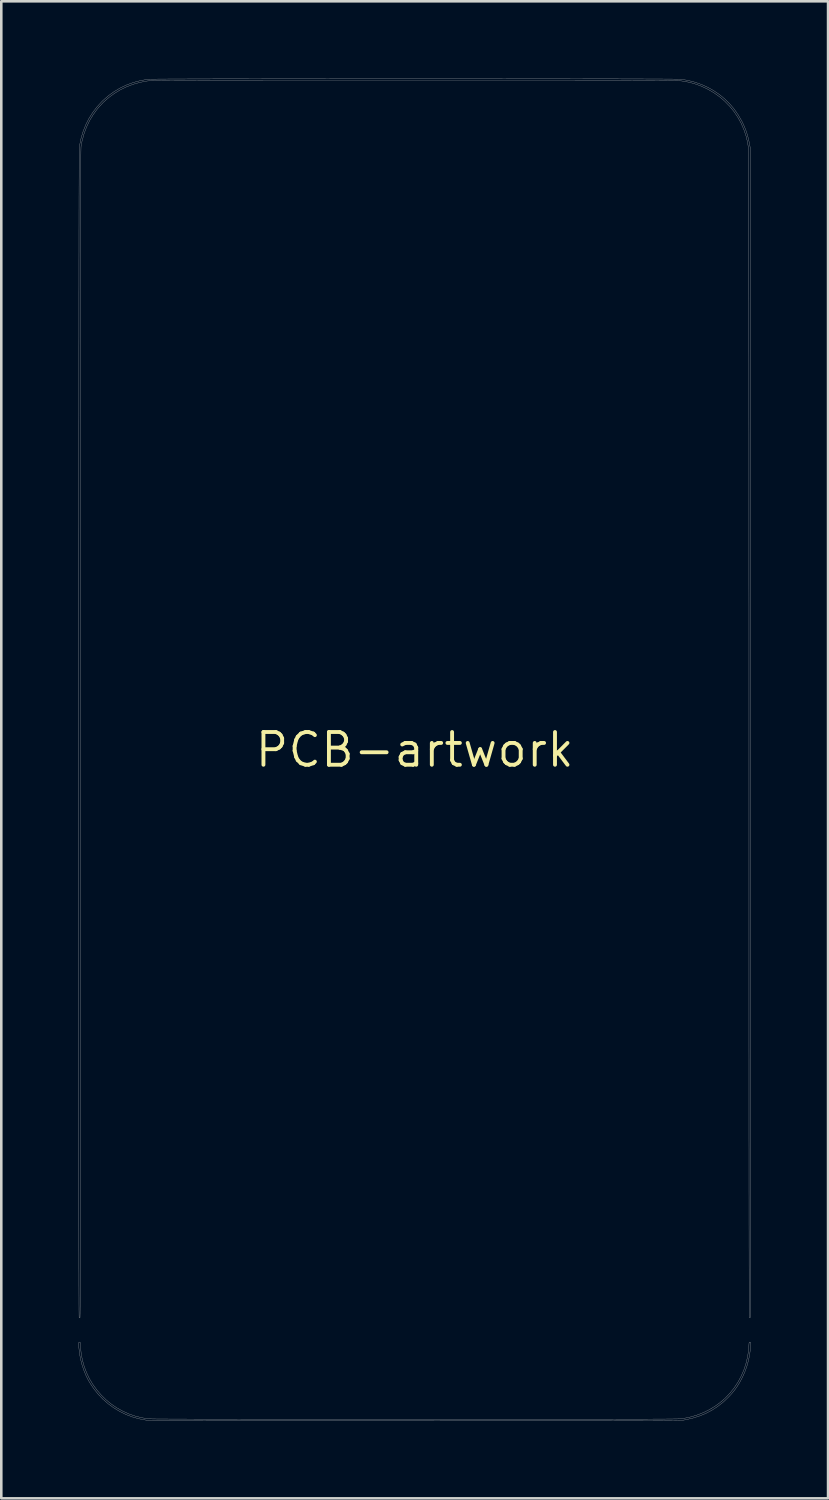
<source format=kicad_pcb>
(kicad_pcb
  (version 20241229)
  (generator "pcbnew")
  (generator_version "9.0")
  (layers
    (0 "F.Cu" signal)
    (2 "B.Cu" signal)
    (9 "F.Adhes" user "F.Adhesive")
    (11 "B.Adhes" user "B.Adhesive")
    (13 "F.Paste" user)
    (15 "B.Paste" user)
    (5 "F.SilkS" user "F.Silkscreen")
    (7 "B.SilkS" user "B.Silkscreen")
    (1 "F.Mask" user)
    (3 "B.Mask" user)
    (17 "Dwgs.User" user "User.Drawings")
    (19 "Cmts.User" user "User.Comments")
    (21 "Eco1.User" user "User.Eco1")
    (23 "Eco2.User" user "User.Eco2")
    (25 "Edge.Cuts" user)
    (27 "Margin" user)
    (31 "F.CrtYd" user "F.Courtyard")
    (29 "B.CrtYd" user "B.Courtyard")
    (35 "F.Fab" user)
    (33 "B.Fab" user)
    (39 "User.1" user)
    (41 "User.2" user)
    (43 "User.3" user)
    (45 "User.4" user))
  (footprint "PCB-artwork"
    (layer "F.Cu")
    (at 13.035 26.035)
    (property "Reference" "PCB-artwork" (at 0 0 0) (layer "F.SilkS") (effects (font (size 1.27 1.27) (thickness 0.15))))
    (attr through_hole)
    (fp_poly (pts (xy -11.836 -19.355) (xy -11.938 -19.355) (xy -11.938 -20.168) (xy -11.836 -20.168) (xy -11.836 -19.355)) (stroke (width 0.01) (type solid)) (fill yes) (layer "F.Mask"))
    (fp_poly (pts (xy -11.214 -18.466) (xy -11.303 -18.466) (xy -11.303 -18.898) (xy -11.214 -18.898) (xy -11.214 -18.466)) (stroke (width 0.01) (type solid)) (fill yes) (layer "F.Mask"))
    (fp_poly (pts (xy -7.741 19.641) (xy -7.734 20.066) (xy -7.823 20.066) (xy -7.823 19.633) (xy -7.741 19.641)) (stroke (width 0.01) (type solid)) (fill yes) (layer "F.Mask"))
    (fp_poly (pts (xy -7.518 -20.041) (xy -7.633 -20.041) (xy -7.633 -20.168) (xy -7.518 -20.168) (xy -7.518 -20.041)) (stroke (width 0.01) (type solid)) (fill yes) (layer "F.Mask"))
    (fp_poly (pts (xy -7.518 -19.355) (xy -7.633 -19.355) (xy -7.633 -19.939) (xy -7.518 -19.939) (xy -7.518 -19.355)) (stroke (width 0.01) (type solid)) (fill yes) (layer "F.Mask"))
    (fp_poly (pts (xy -7.341 -18.466) (xy -7.429 -18.466) (xy -7.429 -19.037) (xy -7.341 -19.037) (xy -7.341 -18.466)) (stroke (width 0.01) (type solid)) (fill yes) (layer "F.Mask"))
    (fp_poly (pts (xy -7.226 -19.355) (xy -7.341 -19.355) (xy -7.341 -20.168) (xy -7.226 -20.168) (xy -7.226 -19.355)) (stroke (width 0.01) (type solid)) (fill yes) (layer "F.Mask"))
    (fp_poly (pts (xy 2.273 -25.324) (xy 2.172 -25.324) (xy 2.172 -25.463) (xy 2.273 -25.463) (xy 2.273 -25.324)) (stroke (width 0.01) (type solid)) (fill yes) (layer "F.Mask"))
    (fp_poly (pts (xy 2.273 -24.651) (xy 2.172 -24.651) (xy 2.172 -25.235) (xy 2.273 -25.235) (xy 2.273 -24.651)) (stroke (width 0.01) (type solid)) (fill yes) (layer "F.Mask"))
    (fp_poly (pts (xy -6.147 -25.108) (xy -5.779 -25.108) (xy -5.779 -25.425) (xy -5.664 -25.425) (xy -5.664 -24.651) (xy -5.779 -24.651) (xy -5.779 -25.006) (xy -6.147 -25.006) (xy -6.147 -24.651) (xy -6.261 -24.651) (xy -6.261 -25.425) (xy -6.147 -25.425) (xy -6.147 -25.108)) (stroke (width 0.01) (type solid)) (fill yes) (layer "F.Mask"))
    (fp_poly (pts (xy -5.537 -18.961) (xy -5.817 -18.961) (xy -5.817 -18.809) (xy -5.55 -18.809) (xy -5.55 -18.733) (xy -5.817 -18.733) (xy -5.817 -18.542) (xy -5.524 -18.542) (xy -5.524 -18.466) (xy -5.905 -18.466) (xy -5.905 -19.037) (xy -5.537 -19.037) (xy -5.537 -18.961)) (stroke (width 0.01) (type solid)) (fill yes) (layer "F.Mask"))
    (fp_poly (pts (xy -11.23 -19.061) (xy -11.217 -19.052) (xy -11.214 -19.027) (xy -11.214 -19.012) (xy -11.215 -18.979) (xy -11.224 -18.965) (xy -11.245 -18.961) (xy -11.259 -18.961) (xy -11.287 -18.963) (xy -11.3 -18.972) (xy -11.303 -18.997) (xy -11.303 -19.012) (xy -11.302 -19.044) (xy -11.293 -19.059) (xy -11.272 -19.063) (xy -11.259 -19.063) (xy -11.23 -19.061)) (stroke (width 0.01) (type solid)) (fill yes) (layer "F.Mask"))
    (fp_poly (pts (xy -8.792 19.128) (xy -8.779 19.137) (xy -8.776 19.162) (xy -8.776 19.177) (xy -8.777 19.21) (xy -8.785 19.224) (xy -8.807 19.228) (xy -8.82 19.228) (xy -8.849 19.226) (xy -8.861 19.217) (xy -8.865 19.192) (xy -8.865 19.177) (xy -8.863 19.144) (xy -8.855 19.13) (xy -8.833 19.126) (xy -8.82 19.126) (xy -8.792 19.128)) (stroke (width 0.01) (type solid)) (fill yes) (layer "F.Mask"))
    (fp_poly (pts (xy -7.782 19.471) (xy -7.754 19.477) (xy -7.742 19.491) (xy -7.737 19.522) (xy -7.737 19.523) (xy -7.736 19.554) (xy -7.743 19.568) (xy -7.767 19.571) (xy -7.778 19.571) (xy -7.807 19.569) (xy -7.82 19.56) (xy -7.823 19.536) (xy -7.823 19.519) (xy -7.822 19.486) (xy -7.815 19.472) (xy -7.795 19.47) (xy -7.782 19.471)) (stroke (width 0.01) (type solid)) (fill yes) (layer "F.Mask"))
    (fp_poly (pts (xy 6.083 -24.74) (xy 6.261 -24.74) (xy 6.261 -24.651) (xy 5.804 -24.651) (xy 5.804 -24.74) (xy 5.969 -24.74) (xy 5.969 -25.32) (xy 5.896 -25.303) (xy 5.845 -25.292) (xy 5.813 -25.287) (xy 5.797 -25.292) (xy 5.792 -25.308) (xy 5.793 -25.336) (xy 5.794 -25.339) (xy 5.798 -25.393) (xy 5.874 -25.409) (xy 5.929 -25.418) (xy 5.988 -25.424) (xy 6.017 -25.425) (xy 6.083 -25.425) (xy 6.083 -24.74)) (stroke (width 0.01) (type solid)) (fill yes) (layer "F.Mask"))
    (fp_poly (pts (xy -7.918 18.804) (xy -7.912 18.832) (xy -7.912 18.835) (xy -7.914 18.862) (xy -7.926 18.87) (xy -7.949 18.866) (xy -7.998 18.867) (xy -8.041 18.889) (xy -8.072 18.927) (xy -8.076 18.937) (xy -8.082 18.968) (xy -8.087 19.015) (xy -8.09 19.072) (xy -8.09 19.103) (xy -8.09 19.228) (xy -8.166 19.228) (xy -8.166 18.796) (xy -8.128 18.796) (xy -8.098 18.802) (xy -8.09 18.815) (xy -8.087 18.827) (xy -8.074 18.826) (xy -8.055 18.817) (xy -7.988 18.796) (xy -7.934 18.795) (xy -7.918 18.804)) (stroke (width 0.01) (type solid)) (fill yes) (layer "F.Mask"))
    (fp_poly (pts (xy -11.951 18.835) (xy -11.954 18.855) (xy -11.966 18.88) (xy -11.988 18.913) (xy -12.024 18.958) (xy -12.072 19.016) (xy -12.194 19.158) (xy -12.072 19.162) (xy -12.016 19.164) (xy -11.981 19.166) (xy -11.961 19.171) (xy -11.953 19.179) (xy -11.951 19.192) (xy -11.951 19.197) (xy -11.951 19.228) (xy -12.294 19.228) (xy -12.294 19.188) (xy -12.29 19.168) (xy -12.278 19.143) (xy -12.256 19.109) (xy -12.22 19.064) (xy -12.177 19.014) (xy -12.061 18.879) (xy -12.294 18.871) (xy -12.294 18.796) (xy -11.951 18.796) (xy -11.951 18.835)) (stroke (width 0.01) (type solid)) (fill yes) (layer "F.Mask"))
    (fp_poly (pts (xy -10.665 18.795) (xy -10.648 18.804) (xy -10.643 18.832) (xy -10.643 18.835) (xy -10.645 18.862) (xy -10.656 18.87) (xy -10.678 18.866) (xy -10.718 18.865) (xy -10.748 18.871) (xy -10.777 18.889) (xy -10.798 18.918) (xy -10.812 18.961) (xy -10.819 19.023) (xy -10.82 19.094) (xy -10.82 19.228) (xy -10.909 19.228) (xy -10.909 18.796) (xy -10.865 18.796) (xy -10.833 18.8) (xy -10.821 18.812) (xy -10.82 18.817) (xy -10.818 18.83) (xy -10.806 18.827) (xy -10.791 18.818) (xy -10.743 18.799) (xy -10.679 18.794) (xy -10.665 18.795)) (stroke (width 0.01) (type solid)) (fill yes) (layer "F.Mask"))
    (fp_poly (pts (xy -7.196 18.662) (xy -7.188 18.674) (xy -7.192 18.691) (xy -7.202 18.728) (xy -7.218 18.783) (xy -7.238 18.851) (xy -7.262 18.93) (xy -7.282 18.995) (xy -7.376 19.298) (xy -7.417 19.302) (xy -7.446 19.302) (xy -7.453 19.293) (xy -7.452 19.289) (xy -7.447 19.273) (xy -7.435 19.236) (xy -7.419 19.181) (xy -7.398 19.113) (xy -7.373 19.034) (xy -7.352 18.964) (xy -7.323 18.87) (xy -7.301 18.797) (xy -7.283 18.743) (xy -7.269 18.705) (xy -7.258 18.68) (xy -7.249 18.666) (xy -7.24 18.659) (xy -7.23 18.657) (xy -7.223 18.656) (xy -7.196 18.662)) (stroke (width 0.01) (type solid)) (fill yes) (layer "F.Mask"))
    (fp_poly (pts (xy 1.422 -25.192) (xy 1.422 -25.157) (xy 1.416 -25.142) (xy 1.402 -25.141) (xy 1.387 -25.145) (xy 1.333 -25.148) (xy 1.278 -25.133) (xy 1.238 -25.108) (xy 1.216 -25.079) (xy 1.2 -25.037) (xy 1.189 -24.98) (xy 1.183 -24.905) (xy 1.181 -24.81) (xy 1.181 -24.651) (xy 1.079 -24.651) (xy 1.079 -25.235) (xy 1.13 -25.235) (xy 1.163 -25.233) (xy 1.177 -25.225) (xy 1.181 -25.206) (xy 1.181 -25.201) (xy 1.183 -25.178) (xy 1.191 -25.177) (xy 1.203 -25.187) (xy 1.266 -25.226) (xy 1.339 -25.246) (xy 1.365 -25.248) (xy 1.422 -25.248) (xy 1.422 -25.192)) (stroke (width 0.01) (type solid)) (fill yes) (layer "F.Mask"))
    (fp_poly (pts (xy -10.109 19.638) (xy -10.097 19.651) (xy -10.097 19.654) (xy -10.094 19.667) (xy -10.083 19.664) (xy -10.068 19.654) (xy -10.037 19.641) (xy -9.994 19.635) (xy -9.979 19.634) (xy -9.943 19.635) (xy -9.925 19.641) (xy -9.919 19.655) (xy -9.919 19.671) (xy -9.92 19.694) (xy -9.929 19.704) (xy -9.953 19.707) (xy -9.977 19.706) (xy -10.017 19.707) (xy -10.043 19.718) (xy -10.066 19.74) (xy -10.079 19.757) (xy -10.088 19.775) (xy -10.093 19.801) (xy -10.096 19.838) (xy -10.096 19.893) (xy -10.097 19.921) (xy -10.097 20.066) (xy -10.185 20.066) (xy -10.185 19.634) (xy -10.141 19.634) (xy -10.109 19.638)) (stroke (width 0.01) (type solid)) (fill yes) (layer "F.Mask"))
    (fp_poly (pts (xy -8.534 19.638) (xy -8.522 19.651) (xy -8.522 19.654) (xy -8.519 19.667) (xy -8.508 19.664) (xy -8.493 19.654) (xy -8.463 19.641) (xy -8.422 19.635) (xy -8.411 19.634) (xy -8.377 19.636) (xy -8.361 19.643) (xy -8.357 19.66) (xy -8.357 19.671) (xy -8.359 19.694) (xy -8.369 19.704) (xy -8.396 19.706) (xy -8.409 19.706) (xy -8.448 19.709) (xy -8.476 19.724) (xy -8.491 19.74) (xy -8.504 19.757) (xy -8.513 19.776) (xy -8.518 19.801) (xy -8.521 19.839) (xy -8.522 19.894) (xy -8.522 19.921) (xy -8.522 20.066) (xy -8.611 20.066) (xy -8.611 19.634) (xy -8.566 19.634) (xy -8.534 19.638)) (stroke (width 0.01) (type solid)) (fill yes) (layer "F.Mask"))
    (fp_poly (pts (xy -7.776 -19.037) (xy -7.719 -19.035) (xy -7.666 -19.03) (xy -7.628 -19.023) (xy -7.62 -19.021) (xy -7.572 -18.992) (xy -7.538 -18.946) (xy -7.521 -18.889) (xy -7.522 -18.826) (xy -7.536 -18.777) (xy -7.564 -18.736) (xy -7.606 -18.71) (xy -7.667 -18.697) (xy -7.715 -18.694) (xy -7.798 -18.694) (xy -7.798 -18.466) (xy -7.887 -18.466) (xy -7.887 -18.961) (xy -7.798 -18.961) (xy -7.798 -18.758) (xy -7.755 -18.758) (xy -7.712 -18.762) (xy -7.674 -18.771) (xy -7.635 -18.797) (xy -7.613 -18.834) (xy -7.611 -18.878) (xy -7.629 -18.92) (xy -7.638 -18.93) (xy -7.665 -18.95) (xy -7.698 -18.959) (xy -7.734 -18.961) (xy -7.798 -18.961) (xy -7.887 -18.961) (xy -7.887 -19.037) (xy -7.776 -19.037)) (stroke (width 0.01) (type solid)) (fill yes) (layer "F.Mask"))
    (fp_poly (pts (xy -12.539 -19.032) (xy -12.449 -19.015) (xy -12.379 -18.985) (xy -12.329 -18.941) (xy -12.295 -18.883) (xy -12.278 -18.809) (xy -12.275 -18.751) (xy -12.283 -18.663) (xy -12.308 -18.592) (xy -12.351 -18.538) (xy -12.401 -18.504) (xy -12.434 -18.489) (xy -12.466 -18.48) (xy -12.506 -18.473) (xy -12.56 -18.469) (xy -12.608 -18.468) (xy -12.751 -18.463) (xy -12.751 -18.542) (xy -12.662 -18.542) (xy -12.583 -18.542) (xy -12.515 -18.547) (xy -12.462 -18.562) (xy -12.459 -18.564) (xy -12.412 -18.601) (xy -12.383 -18.657) (xy -12.37 -18.731) (xy -12.37 -18.75) (xy -12.378 -18.827) (xy -12.403 -18.887) (xy -12.447 -18.928) (xy -12.508 -18.953) (xy -12.589 -18.961) (xy -12.662 -18.961) (xy -12.662 -18.542) (xy -12.751 -18.542) (xy -12.751 -19.037) (xy -12.651 -19.037) (xy -12.539 -19.032)) (stroke (width 0.01) (type solid)) (fill yes) (layer "F.Mask"))
    (fp_poly (pts (xy -10.328 -18.891) (xy -10.304 -18.877) (xy -10.278 -18.852) (xy -10.259 -18.819) (xy -10.247 -18.774) (xy -10.24 -18.713) (xy -10.237 -18.631) (xy -10.237 -18.615) (xy -10.236 -18.466) (xy -10.325 -18.466) (xy -10.325 -18.625) (xy -10.325 -18.692) (xy -10.327 -18.738) (xy -10.33 -18.769) (xy -10.336 -18.789) (xy -10.346 -18.804) (xy -10.352 -18.81) (xy -10.378 -18.828) (xy -10.41 -18.831) (xy -10.425 -18.83) (xy -10.46 -18.821) (xy -10.484 -18.806) (xy -10.501 -18.781) (xy -10.51 -18.742) (xy -10.515 -18.684) (xy -10.516 -18.617) (xy -10.516 -18.466) (xy -10.604 -18.466) (xy -10.604 -18.898) (xy -10.56 -18.898) (xy -10.527 -18.894) (xy -10.516 -18.881) (xy -10.516 -18.878) (xy -10.513 -18.867) (xy -10.5 -18.87) (xy -10.483 -18.88) (xy -10.436 -18.899) (xy -10.38 -18.902) (xy -10.328 -18.891)) (stroke (width 0.01) (type solid)) (fill yes) (layer "F.Mask"))
    (fp_poly (pts (xy -7.541 19.638) (xy -7.532 19.653) (xy -7.531 19.661) (xy -7.531 19.687) (xy -7.498 19.661) (xy -7.458 19.641) (xy -7.404 19.634) (xy -7.402 19.634) (xy -7.351 19.637) (xy -7.314 19.649) (xy -7.286 19.672) (xy -7.268 19.71) (xy -7.257 19.765) (xy -7.253 19.84) (xy -7.252 19.907) (xy -7.252 20.066) (xy -7.326 20.066) (xy -7.33 19.906) (xy -7.332 19.84) (xy -7.335 19.793) (xy -7.339 19.763) (xy -7.345 19.744) (xy -7.355 19.731) (xy -7.366 19.721) (xy -7.406 19.703) (xy -7.451 19.707) (xy -7.494 19.731) (xy -7.499 19.736) (xy -7.51 19.751) (xy -7.518 19.77) (xy -7.523 19.8) (xy -7.526 19.844) (xy -7.529 19.909) (xy -7.529 19.914) (xy -7.533 20.066) (xy -7.607 20.066) (xy -7.607 19.634) (xy -7.569 19.634) (xy -7.541 19.638)) (stroke (width 0.01) (type solid)) (fill yes) (layer "F.Mask"))
    (fp_poly (pts (xy -4.039 -25.167) (xy -4.01 -25.194) (xy -3.957 -25.228) (xy -3.893 -25.246) (xy -3.826 -25.247) (xy -3.765 -25.23) (xy -3.745 -25.219) (xy -3.715 -25.196) (xy -3.693 -25.17) (xy -3.676 -25.136) (xy -3.664 -25.092) (xy -3.656 -25.034) (xy -3.651 -24.957) (xy -3.647 -24.871) (xy -3.641 -24.651) (xy -3.759 -24.651) (xy -3.759 -24.848) (xy -3.76 -24.939) (xy -3.764 -25.009) (xy -3.77 -25.06) (xy -3.781 -25.097) (xy -3.798 -25.121) (xy -3.82 -25.139) (xy -3.835 -25.146) (xy -3.867 -25.156) (xy -3.897 -25.154) (xy -3.928 -25.145) (xy -3.963 -25.13) (xy -3.99 -25.113) (xy -4.009 -25.088) (xy -4.022 -25.053) (xy -4.029 -25.003) (xy -4.034 -24.936) (xy -4.036 -24.853) (xy -4.04 -24.651) (xy -4.153 -24.651) (xy -4.153 -25.463) (xy -4.039 -25.463) (xy -4.039 -25.167)) (stroke (width 0.01) (type solid)) (fill yes) (layer "F.Mask"))
    (fp_poly (pts (xy -11.124 18.802) (xy -11.088 18.818) (xy -11.063 18.843) (xy -11.045 18.877) (xy -11.033 18.924) (xy -11.027 18.988) (xy -11.024 19.072) (xy -11.024 19.079) (xy -11.024 19.228) (xy -11.113 19.228) (xy -11.113 19.069) (xy -11.113 19.002) (xy -11.115 18.955) (xy -11.118 18.924) (xy -11.124 18.904) (xy -11.133 18.89) (xy -11.138 18.885) (xy -11.175 18.863) (xy -11.217 18.864) (xy -11.259 18.89) (xy -11.266 18.897) (xy -11.282 18.913) (xy -11.292 18.929) (xy -11.299 18.95) (xy -11.302 18.981) (xy -11.303 19.027) (xy -11.303 19.081) (xy -11.303 19.228) (xy -11.392 19.228) (xy -11.392 18.796) (xy -11.347 18.796) (xy -11.315 18.8) (xy -11.303 18.813) (xy -11.303 18.815) (xy -11.3 18.827) (xy -11.288 18.824) (xy -11.272 18.814) (xy -11.229 18.798) (xy -11.176 18.794) (xy -11.124 18.802)) (stroke (width 0.01) (type solid)) (fill yes) (layer "F.Mask"))
    (fp_poly (pts (xy -1.103 -25.012) (xy -1.099 -24.788) (xy -1.063 -24.758) (xy -1.015 -24.732) (xy -0.962 -24.728) (xy -0.91 -24.745) (xy -0.896 -24.754) (xy -0.87 -24.778) (xy -0.852 -24.806) (xy -0.839 -24.842) (xy -0.831 -24.89) (xy -0.827 -24.956) (xy -0.826 -25.042) (xy -0.826 -25.05) (xy -0.826 -25.235) (xy -0.724 -25.235) (xy -0.724 -24.651) (xy -0.775 -24.651) (xy -0.807 -24.652) (xy -0.822 -24.66) (xy -0.825 -24.68) (xy -0.826 -24.685) (xy -0.826 -24.719) (xy -0.862 -24.684) (xy -0.906 -24.655) (xy -0.961 -24.634) (xy -1.016 -24.626) (xy -1.04 -24.63) (xy -1.075 -24.641) (xy -1.083 -24.643) (xy -1.122 -24.66) (xy -1.153 -24.68) (xy -1.176 -24.707) (xy -1.193 -24.744) (xy -1.204 -24.795) (xy -1.211 -24.862) (xy -1.215 -24.949) (xy -1.217 -25.009) (xy -1.222 -25.235) (xy -1.107 -25.235) (xy -1.103 -25.012)) (stroke (width 0.01) (type solid)) (fill yes) (layer "F.Mask"))
    (fp_poly (pts (xy -1.511 -25.235) (xy -1.321 -25.235) (xy -1.321 -25.146) (xy -1.511 -25.146) (xy -1.511 -24.958) (xy -1.51 -24.872) (xy -1.508 -24.811) (xy -1.503 -24.772) (xy -1.496 -24.755) (xy -1.475 -24.747) (xy -1.437 -24.741) (xy -1.401 -24.74) (xy -1.321 -24.74) (xy -1.321 -24.651) (xy -1.419 -24.652) (xy -1.47 -24.653) (xy -1.515 -24.657) (xy -1.543 -24.663) (xy -1.545 -24.664) (xy -1.571 -24.677) (xy -1.59 -24.697) (xy -1.604 -24.726) (xy -1.613 -24.768) (xy -1.619 -24.827) (xy -1.623 -24.906) (xy -1.624 -24.945) (xy -1.628 -25.146) (xy -1.659 -25.146) (xy -1.679 -25.15) (xy -1.688 -25.165) (xy -1.689 -25.19) (xy -1.687 -25.221) (xy -1.676 -25.233) (xy -1.657 -25.235) (xy -1.64 -25.236) (xy -1.631 -25.245) (xy -1.627 -25.265) (xy -1.626 -25.304) (xy -1.626 -25.317) (xy -1.626 -25.4) (xy -1.511 -25.4) (xy -1.511 -25.235)) (stroke (width 0.01) (type solid)) (fill yes) (layer "F.Mask"))
    (fp_poly (pts (xy 2.839 -25.23) (xy 2.859 -25.219) (xy 2.888 -25.197) (xy 2.909 -25.174) (xy 2.925 -25.144) (xy 2.936 -25.105) (xy 2.942 -25.053) (xy 2.945 -24.983) (xy 2.946 -24.893) (xy 2.946 -24.876) (xy 2.946 -24.651) (xy 2.845 -24.651) (xy 2.845 -24.848) (xy 2.844 -24.939) (xy 2.84 -25.009) (xy 2.834 -25.06) (xy 2.823 -25.097) (xy 2.806 -25.121) (xy 2.784 -25.139) (xy 2.769 -25.146) (xy 2.717 -25.155) (xy 2.664 -25.142) (xy 2.617 -25.11) (xy 2.594 -25.084) (xy 2.583 -25.066) (xy 2.575 -25.046) (xy 2.57 -25.022) (xy 2.567 -24.987) (xy 2.566 -24.937) (xy 2.565 -24.868) (xy 2.565 -24.846) (xy 2.565 -24.651) (xy 2.451 -24.651) (xy 2.451 -25.235) (xy 2.508 -25.235) (xy 2.543 -25.234) (xy 2.56 -25.227) (xy 2.565 -25.212) (xy 2.565 -25.201) (xy 2.565 -25.167) (xy 2.594 -25.194) (xy 2.647 -25.228) (xy 2.711 -25.246) (xy 2.778 -25.247) (xy 2.839 -25.23)) (stroke (width 0.01) (type solid)) (fill yes) (layer "F.Mask"))
    (fp_poly (pts (xy -8.424 18.795) (xy -8.372 18.808) (xy -8.331 18.84) (xy -8.3 18.886) (xy -8.279 18.943) (xy -8.271 19.005) (xy -8.274 19.067) (xy -8.289 19.126) (xy -8.319 19.176) (xy -8.361 19.214) (xy -8.37 19.218) (xy -8.431 19.237) (xy -8.496 19.239) (xy -8.555 19.222) (xy -8.574 19.212) (xy -8.62 19.169) (xy -8.648 19.113) (xy -8.661 19.041) (xy -8.661 19.012) (xy -8.66 18.994) (xy -8.58 18.994) (xy -8.578 19.054) (xy -8.578 19.059) (xy -8.558 19.109) (xy -8.526 19.145) (xy -8.486 19.163) (xy -8.443 19.162) (xy -8.402 19.14) (xy -8.395 19.133) (xy -8.37 19.091) (xy -8.359 19.038) (xy -8.36 18.982) (xy -8.373 18.93) (xy -8.398 18.889) (xy -8.419 18.873) (xy -8.463 18.861) (xy -8.504 18.871) (xy -8.539 18.9) (xy -8.566 18.942) (xy -8.58 18.994) (xy -8.66 18.994) (xy -8.654 18.932) (xy -8.632 18.872) (xy -8.594 18.83) (xy -8.537 18.804) (xy -8.461 18.795) (xy -8.424 18.795)) (stroke (width 0.01) (type solid)) (fill yes) (layer "F.Mask"))
    (fp_poly (pts (xy 5.288 -25.233) (xy 5.307 -25.228) (xy 5.309 -25.225) (xy 5.305 -25.211) (xy 5.293 -25.177) (xy 5.275 -25.125) (xy 5.251 -25.06) (xy 5.224 -24.985) (xy 5.204 -24.933) (xy 5.1 -24.651) (xy 5.028 -24.651) (xy 4.984 -24.652) (xy 4.959 -24.659) (xy 4.947 -24.672) (xy 4.947 -24.673) (xy 4.94 -24.691) (xy 4.926 -24.729) (xy 4.905 -24.783) (xy 4.88 -24.849) (xy 4.852 -24.923) (xy 4.845 -24.943) (xy 4.817 -25.018) (xy 4.791 -25.087) (xy 4.769 -25.145) (xy 4.753 -25.187) (xy 4.744 -25.211) (xy 4.743 -25.213) (xy 4.74 -25.227) (xy 4.75 -25.233) (xy 4.777 -25.233) (xy 4.794 -25.232) (xy 4.855 -25.229) (xy 4.938 -25.003) (xy 4.964 -24.934) (xy 4.987 -24.873) (xy 5.007 -24.826) (xy 5.022 -24.795) (xy 5.029 -24.784) (xy 5.029 -24.784) (xy 5.036 -24.797) (xy 5.05 -24.83) (xy 5.07 -24.88) (xy 5.093 -24.942) (xy 5.119 -25.012) (xy 5.201 -25.235) (xy 5.255 -25.235) (xy 5.288 -25.233)) (stroke (width 0.01) (type solid)) (fill yes) (layer "F.Mask"))
    (fp_poly (pts (xy -10.359 18.804) (xy -10.305 18.833) (xy -10.266 18.881) (xy -10.244 18.949) (xy -10.239 18.996) (xy -10.244 19.079) (xy -10.267 19.146) (xy -10.306 19.197) (xy -10.361 19.229) (xy -10.43 19.24) (xy -10.433 19.24) (xy -10.479 19.234) (xy -10.524 19.22) (xy -10.527 19.218) (xy -10.573 19.188) (xy -10.603 19.149) (xy -10.62 19.095) (xy -10.627 19.039) (xy -10.626 19.017) (xy -10.54 19.017) (xy -10.534 19.069) (xy -10.521 19.115) (xy -10.5 19.147) (xy -10.487 19.156) (xy -10.458 19.162) (xy -10.422 19.163) (xy -10.391 19.158) (xy -10.382 19.155) (xy -10.35 19.119) (xy -10.331 19.072) (xy -10.325 19.018) (xy -10.332 18.964) (xy -10.35 18.916) (xy -10.378 18.88) (xy -10.41 18.864) (xy -10.453 18.865) (xy -10.495 18.887) (xy -10.525 18.923) (xy -10.538 18.966) (xy -10.54 19.017) (xy -10.626 19.017) (xy -10.625 18.954) (xy -10.605 18.887) (xy -10.567 18.837) (xy -10.513 18.806) (xy -10.441 18.794) (xy -10.431 18.794) (xy -10.359 18.804)) (stroke (width 0.01) (type solid)) (fill yes) (layer "F.Mask"))
    (fp_poly (pts (xy -9.414 18.802) (xy -9.361 18.826) (xy -9.322 18.869) (xy -9.307 18.895) (xy -9.291 18.948) (xy -9.285 19.011) (xy -9.289 19.075) (xy -9.302 19.131) (xy -9.318 19.162) (xy -9.362 19.204) (xy -9.421 19.231) (xy -9.481 19.24) (xy -9.527 19.234) (xy -9.572 19.22) (xy -9.576 19.218) (xy -9.625 19.18) (xy -9.658 19.124) (xy -9.673 19.051) (xy -9.674 19.01) (xy -9.587 19.01) (xy -9.584 19.063) (xy -9.572 19.11) (xy -9.551 19.144) (xy -9.535 19.156) (xy -9.501 19.162) (xy -9.459 19.162) (xy -9.43 19.156) (xy -9.405 19.134) (xy -9.386 19.095) (xy -9.375 19.045) (xy -9.373 18.992) (xy -9.381 18.943) (xy -9.389 18.923) (xy -9.42 18.884) (xy -9.461 18.865) (xy -9.504 18.866) (xy -9.543 18.889) (xy -9.563 18.914) (xy -9.581 18.958) (xy -9.587 19.01) (xy -9.674 19.01) (xy -9.674 18.995) (xy -9.66 18.916) (xy -9.631 18.857) (xy -9.587 18.818) (xy -9.526 18.797) (xy -9.483 18.794) (xy -9.414 18.802)) (stroke (width 0.01) (type solid)) (fill yes) (layer "F.Mask"))
    (fp_poly (pts (xy -6.727 -19.942) (xy -6.658 -19.914) (xy -6.605 -19.867) (xy -6.568 -19.801) (xy -6.547 -19.714) (xy -6.545 -19.692) (xy -6.545 -19.6) (xy -6.562 -19.517) (xy -6.595 -19.447) (xy -6.641 -19.394) (xy -6.684 -19.367) (xy -6.753 -19.347) (xy -6.83 -19.343) (xy -6.904 -19.354) (xy -6.945 -19.369) (xy -7.002 -19.411) (xy -7.045 -19.471) (xy -7.073 -19.546) (xy -7.084 -19.63) (xy -7.082 -19.653) (xy -6.965 -19.653) (xy -6.96 -19.573) (xy -6.943 -19.513) (xy -6.912 -19.471) (xy -6.891 -19.455) (xy -6.834 -19.434) (xy -6.776 -19.438) (xy -6.742 -19.451) (xy -6.704 -19.484) (xy -6.675 -19.536) (xy -6.659 -19.601) (xy -6.655 -19.647) (xy -6.664 -19.722) (xy -6.687 -19.783) (xy -6.723 -19.829) (xy -6.769 -19.856) (xy -6.822 -19.862) (xy -6.88 -19.846) (xy -6.884 -19.844) (xy -6.925 -19.811) (xy -6.951 -19.762) (xy -6.964 -19.694) (xy -6.965 -19.653) (xy -7.082 -19.653) (xy -7.077 -19.721) (xy -7.077 -19.725) (xy -7.052 -19.81) (xy -7.012 -19.875) (xy -6.957 -19.92) (xy -6.886 -19.945) (xy -6.814 -19.952) (xy -6.727 -19.942)) (stroke (width 0.01) (type solid)) (fill yes) (layer "F.Mask"))
    (fp_poly (pts (xy 3.654 -25.423) (xy 3.729 -25.421) (xy 3.782 -25.419) (xy 3.821 -25.415) (xy 3.848 -25.409) (xy 3.87 -25.4) (xy 3.89 -25.389) (xy 3.937 -25.349) (xy 3.966 -25.297) (xy 3.978 -25.229) (xy 3.978 -25.21) (xy 3.972 -25.137) (xy 3.949 -25.082) (xy 3.909 -25.042) (xy 3.905 -25.039) (xy 3.867 -25.015) (xy 3.905 -24.975) (xy 3.926 -24.948) (xy 3.954 -24.904) (xy 3.986 -24.85) (xy 4.017 -24.793) (xy 4.091 -24.651) (xy 3.964 -24.651) (xy 3.897 -24.779) (xy 3.858 -24.85) (xy 3.825 -24.901) (xy 3.795 -24.935) (xy 3.762 -24.956) (xy 3.724 -24.966) (xy 3.678 -24.968) (xy 3.676 -24.968) (xy 3.594 -24.968) (xy 3.594 -24.651) (xy 3.467 -24.651) (xy 3.467 -25.07) (xy 3.594 -25.07) (xy 3.677 -25.07) (xy 3.729 -25.073) (xy 3.774 -25.08) (xy 3.795 -25.088) (xy 3.834 -25.121) (xy 3.855 -25.166) (xy 3.859 -25.217) (xy 3.843 -25.264) (xy 3.832 -25.279) (xy 3.791 -25.309) (xy 3.729 -25.329) (xy 3.652 -25.336) (xy 3.648 -25.336) (xy 3.594 -25.337) (xy 3.594 -25.07) (xy 3.467 -25.07) (xy 3.467 -25.428) (xy 3.654 -25.423)) (stroke (width 0.01) (type solid)) (fill yes) (layer "F.Mask"))
    (fp_poly (pts (xy -9.629 -20.142) (xy -9.549 -20.123) (xy -9.49 -20.096) (xy -9.472 -20.08) (xy -9.464 -20.056) (xy -9.462 -20.016) (xy -9.461 -20.013) (xy -9.461 -19.947) (xy -9.491 -19.975) (xy -9.548 -20.013) (xy -9.618 -20.038) (xy -9.694 -20.05) (xy -9.768 -20.045) (xy -9.802 -20.036) (xy -9.853 -20.007) (xy -9.901 -19.963) (xy -9.937 -19.912) (xy -9.947 -19.89) (xy -9.957 -19.842) (xy -9.962 -19.781) (xy -9.962 -19.715) (xy -9.957 -19.653) (xy -9.946 -19.602) (xy -9.939 -19.583) (xy -9.89 -19.513) (xy -9.83 -19.465) (xy -9.76 -19.438) (xy -9.683 -19.435) (xy -9.6 -19.455) (xy -9.53 -19.489) (xy -9.46 -19.532) (xy -9.468 -19.399) (xy -9.538 -19.371) (xy -9.602 -19.353) (xy -9.678 -19.344) (xy -9.757 -19.344) (xy -9.828 -19.353) (xy -9.86 -19.362) (xy -9.938 -19.403) (xy -10.002 -19.465) (xy -10.051 -19.542) (xy -10.072 -19.598) (xy -10.081 -19.647) (xy -10.084 -19.711) (xy -10.083 -19.781) (xy -10.077 -19.848) (xy -10.067 -19.903) (xy -10.065 -19.909) (xy -10.031 -19.982) (xy -9.977 -20.049) (xy -9.91 -20.1) (xy -9.878 -20.117) (xy -9.802 -20.139) (xy -9.717 -20.148) (xy -9.629 -20.142)) (stroke (width 0.01) (type solid)) (fill yes) (layer "F.Mask"))
    (fp_poly (pts (xy -4.493 -25.245) (xy -4.428 -25.224) (xy -4.383 -25.193) (xy -4.342 -25.139) (xy -4.313 -25.069) (xy -4.296 -24.988) (xy -4.293 -24.905) (xy -4.305 -24.824) (xy -4.311 -24.806) (xy -4.346 -24.735) (xy -4.395 -24.681) (xy -4.455 -24.645) (xy -4.521 -24.63) (xy -4.591 -24.636) (xy -4.659 -24.665) (xy -4.667 -24.67) (xy -4.712 -24.701) (xy -4.712 -24.422) (xy -4.813 -24.422) (xy -4.813 -24.949) (xy -4.71 -24.949) (xy -4.704 -24.88) (xy -4.685 -24.817) (xy -4.655 -24.767) (xy -4.639 -24.752) (xy -4.598 -24.733) (xy -4.548 -24.727) (xy -4.5 -24.736) (xy -4.475 -24.749) (xy -4.436 -24.795) (xy -4.414 -24.858) (xy -4.407 -24.936) (xy -4.414 -25.021) (xy -4.436 -25.084) (xy -4.473 -25.128) (xy -4.524 -25.152) (xy -4.537 -25.154) (xy -4.592 -25.151) (xy -4.642 -25.127) (xy -4.679 -25.084) (xy -4.681 -25.08) (xy -4.703 -25.018) (xy -4.71 -24.949) (xy -4.813 -24.949) (xy -4.813 -25.235) (xy -4.763 -25.235) (xy -4.73 -25.233) (xy -4.715 -25.225) (xy -4.712 -25.206) (xy -4.712 -25.201) (xy -4.712 -25.167) (xy -4.683 -25.194) (xy -4.627 -25.23) (xy -4.562 -25.247) (xy -4.493 -25.245)) (stroke (width 0.01) (type solid)) (fill yes) (layer "F.Mask"))
    (fp_poly (pts (xy -9.251 -18.745) (xy -9.228 -18.689) (xy -9.207 -18.644) (xy -9.191 -18.613) (xy -9.182 -18.602) (xy -9.181 -18.602) (xy -9.173 -18.617) (xy -9.158 -18.651) (xy -9.138 -18.698) (xy -9.116 -18.752) (xy -9.092 -18.811) (xy -9.074 -18.851) (xy -9.06 -18.875) (xy -9.047 -18.888) (xy -9.033 -18.893) (xy -9.02 -18.895) (xy -8.992 -18.895) (xy -8.979 -18.89) (xy -8.979 -18.889) (xy -8.984 -18.868) (xy -8.998 -18.829) (xy -9.018 -18.775) (xy -9.044 -18.711) (xy -9.073 -18.641) (xy -9.104 -18.57) (xy -9.134 -18.501) (xy -9.162 -18.439) (xy -9.186 -18.389) (xy -9.204 -18.354) (xy -9.214 -18.339) (xy -9.253 -18.316) (xy -9.302 -18.304) (xy -9.337 -18.301) (xy -9.354 -18.304) (xy -9.359 -18.319) (xy -9.36 -18.337) (xy -9.357 -18.365) (xy -9.344 -18.376) (xy -9.324 -18.377) (xy -9.282 -18.388) (xy -9.252 -18.421) (xy -9.239 -18.454) (xy -9.238 -18.466) (xy -9.239 -18.48) (xy -9.244 -18.501) (xy -9.253 -18.53) (xy -9.267 -18.57) (xy -9.288 -18.623) (xy -9.316 -18.693) (xy -9.352 -18.781) (xy -9.394 -18.882) (xy -9.39 -18.893) (xy -9.362 -18.898) (xy -9.356 -18.898) (xy -9.311 -18.898) (xy -9.251 -18.745)) (stroke (width 0.01) (type solid)) (fill yes) (layer "F.Mask"))
    (fp_poly (pts (xy -6.829 -19.035) (xy -6.751 -19.029) (xy -6.693 -19.019) (xy -6.652 -19.004) (xy -6.624 -18.982) (xy -6.609 -18.959) (xy -6.596 -18.916) (xy -6.593 -18.866) (xy -6.599 -18.817) (xy -6.614 -18.774) (xy -6.635 -18.747) (xy -6.644 -18.742) (xy -6.65 -18.731) (xy -6.638 -18.706) (xy -6.634 -18.7) (xy -6.618 -18.675) (xy -6.597 -18.637) (xy -6.573 -18.593) (xy -6.55 -18.548) (xy -6.53 -18.509) (xy -6.518 -18.481) (xy -6.515 -18.472) (xy -6.526 -18.468) (xy -6.554 -18.466) (xy -6.559 -18.466) (xy -6.581 -18.467) (xy -6.598 -18.474) (xy -6.613 -18.49) (xy -6.631 -18.52) (xy -6.655 -18.567) (xy -6.684 -18.623) (xy -6.71 -18.659) (xy -6.737 -18.682) (xy -6.77 -18.695) (xy -6.813 -18.703) (xy -6.871 -18.711) (xy -6.871 -18.466) (xy -6.96 -18.466) (xy -6.96 -18.961) (xy -6.871 -18.961) (xy -6.871 -18.767) (xy -6.801 -18.773) (xy -6.748 -18.782) (xy -6.711 -18.798) (xy -6.706 -18.802) (xy -6.687 -18.833) (xy -6.68 -18.873) (xy -6.686 -18.91) (xy -6.69 -18.918) (xy -6.721 -18.943) (xy -6.77 -18.958) (xy -6.813 -18.961) (xy -6.871 -18.961) (xy -6.96 -18.961) (xy -6.96 -19.04) (xy -6.829 -19.035)) (stroke (width 0.01) (type solid)) (fill yes) (layer "F.Mask"))
    (fp_poly (pts (xy -11.495 -18.902) (xy -11.44 -18.889) (xy -11.422 -18.872) (xy -11.417 -18.845) (xy -11.42 -18.818) (xy -11.43 -18.812) (xy -11.44 -18.815) (xy -11.477 -18.825) (xy -11.524 -18.83) (xy -11.571 -18.831) (xy -11.609 -18.826) (xy -11.619 -18.822) (xy -11.642 -18.8) (xy -11.643 -18.775) (xy -11.622 -18.751) (xy -11.589 -18.735) (xy -11.542 -18.719) (xy -11.492 -18.701) (xy -11.484 -18.698) (xy -11.433 -18.67) (xy -11.404 -18.631) (xy -11.398 -18.582) (xy -11.403 -18.554) (xy -11.422 -18.516) (xy -11.448 -18.487) (xy -11.451 -18.485) (xy -11.48 -18.473) (xy -11.523 -18.463) (xy -11.571 -18.457) (xy -11.613 -18.455) (xy -11.64 -18.459) (xy -11.661 -18.465) (xy -11.687 -18.471) (xy -11.711 -18.481) (xy -11.721 -18.5) (xy -11.722 -18.523) (xy -11.722 -18.566) (xy -11.677 -18.547) (xy -11.633 -18.535) (xy -11.583 -18.531) (xy -11.537 -18.535) (xy -11.502 -18.546) (xy -11.489 -18.558) (xy -11.481 -18.585) (xy -11.497 -18.609) (xy -11.537 -18.632) (xy -11.584 -18.648) (xy -11.649 -18.671) (xy -11.691 -18.697) (xy -11.715 -18.73) (xy -11.722 -18.77) (xy -11.722 -18.771) (xy -11.711 -18.825) (xy -11.68 -18.866) (xy -11.632 -18.893) (xy -11.57 -18.905) (xy -11.495 -18.902)) (stroke (width 0.01) (type solid)) (fill yes) (layer "F.Mask"))
    (fp_poly (pts (xy -10.354 19.771) (xy -10.324 19.85) (xy -10.298 19.921) (xy -10.276 19.98) (xy -10.26 20.025) (xy -10.25 20.051) (xy -10.249 20.057) (xy -10.26 20.063) (xy -10.287 20.066) (xy -10.292 20.066) (xy -10.318 20.064) (xy -10.335 20.055) (xy -10.348 20.032) (xy -10.361 19.999) (xy -10.386 19.933) (xy -10.507 19.929) (xy -10.628 19.925) (xy -10.65 19.996) (xy -10.664 20.035) (xy -10.675 20.056) (xy -10.692 20.064) (xy -10.718 20.066) (xy -10.721 20.066) (xy -10.752 20.065) (xy -10.769 20.063) (xy -10.77 20.063) (xy -10.765 20.051) (xy -10.753 20.018) (xy -10.734 19.968) (xy -10.71 19.905) (xy -10.683 19.834) (xy -10.591 19.834) (xy -10.582 19.843) (xy -10.554 19.849) (xy -10.503 19.85) (xy -10.415 19.85) (xy -10.451 19.752) (xy -10.47 19.703) (xy -10.485 19.66) (xy -10.496 19.633) (xy -10.498 19.629) (xy -10.504 19.622) (xy -10.514 19.632) (xy -10.528 19.66) (xy -10.548 19.711) (xy -10.549 19.712) (xy -10.567 19.761) (xy -10.582 19.802) (xy -10.59 19.829) (xy -10.591 19.834) (xy -10.683 19.834) (xy -10.682 19.831) (xy -10.663 19.78) (xy -10.556 19.501) (xy -10.507 19.497) (xy -10.458 19.494) (xy -10.354 19.771)) (stroke (width 0.01) (type solid)) (fill yes) (layer "F.Mask"))
    (fp_poly (pts (xy -10.058 18.742) (xy -10.057 18.79) (xy -10.055 18.824) (xy -10.051 18.839) (xy -10.049 18.839) (xy -10.019 18.815) (xy -9.974 18.8) (xy -9.922 18.794) (xy -9.872 18.799) (xy -9.836 18.814) (xy -9.796 18.854) (xy -9.769 18.912) (xy -9.755 18.983) (xy -9.754 19.012) (xy -9.762 19.095) (xy -9.786 19.16) (xy -9.826 19.205) (xy -9.881 19.231) (xy -9.915 19.236) (xy -9.955 19.237) (xy -9.987 19.234) (xy -9.995 19.232) (xy -10.02 19.218) (xy -10.036 19.205) (xy -10.053 19.193) (xy -10.058 19.198) (xy -10.058 19.207) (xy -10.067 19.223) (xy -10.096 19.228) (xy -10.097 19.228) (xy -10.135 19.228) (xy -10.135 19.008) (xy -10.054 19.008) (xy -10.05 19.06) (xy -10.033 19.109) (xy -10.018 19.132) (xy -9.984 19.158) (xy -9.941 19.164) (xy -9.898 19.152) (xy -9.863 19.123) (xy -9.843 19.078) (xy -9.836 19.022) (xy -9.842 18.965) (xy -9.86 18.918) (xy -9.863 18.914) (xy -9.892 18.885) (xy -9.923 18.867) (xy -9.923 18.867) (xy -9.963 18.863) (xy -9.998 18.88) (xy -10.026 18.913) (xy -10.045 18.957) (xy -10.054 19.008) (xy -10.135 19.008) (xy -10.135 18.631) (xy -10.058 18.631) (xy -10.058 18.742)) (stroke (width 0.01) (type solid)) (fill yes) (layer "F.Mask"))
    (fp_poly (pts (xy -9.75 -19.037) (xy -9.666 -19.035) (xy -9.602 -19.026) (xy -9.556 -19.012) (xy -9.523 -18.989) (xy -9.513 -18.978) (xy -9.491 -18.932) (xy -9.487 -18.878) (xy -9.5 -18.826) (xy -9.514 -18.803) (xy -9.532 -18.778) (xy -9.533 -18.765) (xy -9.521 -18.756) (xy -9.489 -18.725) (xy -9.47 -18.679) (xy -9.463 -18.627) (xy -9.47 -18.575) (xy -9.489 -18.536) (xy -9.518 -18.506) (xy -9.554 -18.486) (xy -9.603 -18.473) (xy -9.667 -18.467) (xy -9.734 -18.466) (xy -9.868 -18.466) (xy -9.868 -18.733) (xy -9.779 -18.733) (xy -9.779 -18.542) (xy -9.691 -18.542) (xy -9.643 -18.543) (xy -9.613 -18.547) (xy -9.594 -18.557) (xy -9.578 -18.574) (xy -9.577 -18.575) (xy -9.554 -18.62) (xy -9.556 -18.663) (xy -9.582 -18.701) (xy -9.603 -18.719) (xy -9.627 -18.728) (xy -9.664 -18.732) (xy -9.696 -18.733) (xy -9.779 -18.733) (xy -9.868 -18.733) (xy -9.868 -18.961) (xy -9.779 -18.961) (xy -9.779 -18.809) (xy -9.697 -18.809) (xy -9.642 -18.812) (xy -9.607 -18.821) (xy -9.596 -18.829) (xy -9.581 -18.856) (xy -9.576 -18.885) (xy -9.586 -18.922) (xy -9.615 -18.947) (xy -9.666 -18.959) (xy -9.706 -18.961) (xy -9.779 -18.961) (xy -9.868 -18.961) (xy -9.868 -19.037) (xy -9.75 -19.037)) (stroke (width 0.01) (type solid)) (fill yes) (layer "F.Mask"))
    (fp_poly (pts (xy -9.121 18.683) (xy -9.109 18.693) (xy -9.106 18.717) (xy -9.106 18.739) (xy -9.106 18.796) (xy -9.03 18.796) (xy -8.987 18.797) (xy -8.965 18.8) (xy -8.955 18.81) (xy -8.954 18.827) (xy -8.954 18.828) (xy -8.955 18.845) (xy -8.964 18.855) (xy -8.985 18.859) (xy -9.026 18.859) (xy -9.031 18.86) (xy -9.109 18.86) (xy -9.104 18.994) (xy -9.1 19.063) (xy -9.093 19.111) (xy -9.08 19.141) (xy -9.06 19.157) (xy -9.029 19.163) (xy -9.002 19.164) (xy -8.97 19.166) (xy -8.956 19.175) (xy -8.954 19.196) (xy -8.955 19.214) (xy -8.964 19.223) (xy -8.987 19.227) (xy -9.027 19.227) (xy -9.072 19.225) (xy -9.111 19.219) (xy -9.128 19.215) (xy -9.15 19.201) (xy -9.165 19.177) (xy -9.175 19.139) (xy -9.18 19.083) (xy -9.182 19.007) (xy -9.182 18.998) (xy -9.182 18.937) (xy -9.184 18.898) (xy -9.187 18.874) (xy -9.193 18.863) (xy -9.203 18.86) (xy -9.207 18.86) (xy -9.227 18.852) (xy -9.233 18.828) (xy -9.227 18.803) (xy -9.207 18.796) (xy -9.192 18.792) (xy -9.184 18.777) (xy -9.182 18.743) (xy -9.182 18.739) (xy -9.181 18.704) (xy -9.175 18.687) (xy -9.158 18.682) (xy -9.144 18.682) (xy -9.121 18.683)) (stroke (width 0.01) (type solid)) (fill yes) (layer "F.Mask"))
    (fp_poly (pts (xy -6.309 -19.037) (xy -6.224 -19.035) (xy -6.16 -19.026) (xy -6.114 -19.012) (xy -6.081 -18.989) (xy -6.071 -18.978) (xy -6.049 -18.933) (xy -6.045 -18.881) (xy -6.056 -18.832) (xy -6.076 -18.802) (xy -6.108 -18.77) (xy -6.078 -18.751) (xy -6.043 -18.714) (xy -6.024 -18.662) (xy -6.023 -18.604) (xy -6.036 -18.554) (xy -6.062 -18.517) (xy -6.102 -18.491) (xy -6.161 -18.474) (xy -6.239 -18.467) (xy -6.292 -18.466) (xy -6.426 -18.466) (xy -6.426 -18.733) (xy -6.337 -18.733) (xy -6.337 -18.542) (xy -6.254 -18.542) (xy -6.206 -18.543) (xy -6.175 -18.549) (xy -6.153 -18.561) (xy -6.14 -18.573) (xy -6.118 -18.604) (xy -6.109 -18.636) (xy -6.109 -18.637) (xy -6.118 -18.669) (xy -6.139 -18.7) (xy -6.14 -18.701) (xy -6.161 -18.719) (xy -6.186 -18.728) (xy -6.222 -18.732) (xy -6.254 -18.733) (xy -6.337 -18.733) (xy -6.426 -18.733) (xy -6.426 -18.961) (xy -6.337 -18.961) (xy -6.337 -18.809) (xy -6.256 -18.809) (xy -6.2 -18.812) (xy -6.166 -18.821) (xy -6.154 -18.829) (xy -6.139 -18.856) (xy -6.134 -18.885) (xy -6.144 -18.922) (xy -6.174 -18.947) (xy -6.225 -18.959) (xy -6.264 -18.961) (xy -6.337 -18.961) (xy -6.426 -18.961) (xy -6.426 -19.037) (xy -6.309 -19.037)) (stroke (width 0.01) (type solid)) (fill yes) (layer "F.Mask"))
    (fp_poly (pts (xy -8.028 -19.038) (xy -8.019 -19.037) (xy -7.989 -19.035) (xy -7.979 -19.026) (xy -7.981 -19.015) (xy -7.986 -18.997) (xy -7.996 -18.957) (xy -8.01 -18.901) (xy -8.027 -18.833) (xy -8.046 -18.755) (xy -8.053 -18.729) (xy -8.118 -18.466) (xy -8.225 -18.466) (xy -8.281 -18.698) (xy -8.337 -18.929) (xy -8.449 -18.466) (xy -8.557 -18.466) (xy -8.622 -18.729) (xy -8.642 -18.809) (xy -8.66 -18.881) (xy -8.675 -18.941) (xy -8.687 -18.987) (xy -8.694 -19.012) (xy -8.695 -19.016) (xy -8.696 -19.031) (xy -8.683 -19.036) (xy -8.655 -19.035) (xy -8.607 -19.031) (xy -8.556 -18.818) (xy -8.538 -18.749) (xy -8.523 -18.689) (xy -8.509 -18.642) (xy -8.5 -18.613) (xy -8.496 -18.605) (xy -8.491 -18.617) (xy -8.481 -18.65) (xy -8.468 -18.699) (xy -8.452 -18.761) (xy -8.438 -18.818) (xy -8.388 -19.031) (xy -8.288 -19.031) (xy -8.237 -18.825) (xy -8.219 -18.757) (xy -8.203 -18.697) (xy -8.19 -18.65) (xy -8.181 -18.621) (xy -8.178 -18.613) (xy -8.173 -18.622) (xy -8.163 -18.652) (xy -8.15 -18.698) (xy -8.135 -18.756) (xy -8.129 -18.781) (xy -8.108 -18.866) (xy -8.092 -18.931) (xy -8.08 -18.977) (xy -8.07 -19.007) (xy -8.061 -19.025) (xy -8.052 -19.035) (xy -8.042 -19.038) (xy -8.028 -19.038)) (stroke (width 0.01) (type solid)) (fill yes) (layer "F.Mask"))
    (fp_poly (pts (xy -11.007 -19.939) (xy -11 -19.939) (xy -10.938 -19.939) (xy -10.866 -19.844) (xy -10.835 -19.803) (xy -10.809 -19.77) (xy -10.794 -19.751) (xy -10.791 -19.748) (xy -10.782 -19.758) (xy -10.762 -19.784) (xy -10.735 -19.821) (xy -10.718 -19.843) (xy -10.649 -19.938) (xy -10.515 -19.939) (xy -10.617 -19.804) (xy -10.655 -19.753) (xy -10.686 -19.709) (xy -10.708 -19.676) (xy -10.718 -19.658) (xy -10.719 -19.657) (xy -10.712 -19.643) (xy -10.692 -19.613) (xy -10.663 -19.571) (xy -10.627 -19.521) (xy -10.617 -19.508) (xy -10.58 -19.457) (xy -10.549 -19.413) (xy -10.527 -19.381) (xy -10.516 -19.364) (xy -10.516 -19.363) (xy -10.527 -19.358) (xy -10.556 -19.355) (xy -10.576 -19.355) (xy -10.636 -19.355) (xy -10.712 -19.462) (xy -10.745 -19.507) (xy -10.771 -19.542) (xy -10.789 -19.564) (xy -10.795 -19.57) (xy -10.805 -19.56) (xy -10.825 -19.534) (xy -10.854 -19.496) (xy -10.878 -19.463) (xy -10.954 -19.356) (xy -11.014 -19.355) (xy -11.049 -19.357) (xy -11.071 -19.361) (xy -11.074 -19.364) (xy -11.067 -19.377) (xy -11.047 -19.407) (xy -11.018 -19.449) (xy -10.981 -19.499) (xy -10.967 -19.518) (xy -10.86 -19.663) (xy -10.952 -19.785) (xy -10.997 -19.844) (xy -11.028 -19.886) (xy -11.046 -19.914) (xy -11.052 -19.929) (xy -11.047 -19.937) (xy -11.031 -19.939) (xy -11.007 -19.939)) (stroke (width 0.01) (type solid)) (fill yes) (layer "F.Mask"))
    (fp_poly (pts (xy -9.02 19.495) (xy -8.925 19.499) (xy -8.853 19.51) (xy -8.801 19.531) (xy -8.767 19.56) (xy -8.749 19.601) (xy -8.747 19.613) (xy -8.746 19.658) (xy -8.756 19.702) (xy -8.772 19.735) (xy -8.784 19.746) (xy -8.793 19.756) (xy -8.788 19.77) (xy -8.765 19.795) (xy -8.764 19.796) (xy -8.74 19.824) (xy -8.729 19.851) (xy -8.725 19.89) (xy -8.725 19.903) (xy -8.73 19.959) (xy -8.745 20.001) (xy -8.775 20.031) (xy -8.821 20.051) (xy -8.887 20.062) (xy -8.974 20.066) (xy -8.991 20.066) (xy -9.131 20.066) (xy -9.131 19.99) (xy -9.042 19.99) (xy -8.954 19.99) (xy -8.902 19.988) (xy -8.869 19.983) (xy -8.847 19.972) (xy -8.839 19.964) (xy -8.818 19.927) (xy -8.817 19.882) (xy -8.835 19.84) (xy -8.838 19.836) (xy -8.855 19.82) (xy -8.878 19.81) (xy -8.916 19.804) (xy -8.952 19.802) (xy -9.042 19.796) (xy -9.042 19.99) (xy -9.131 19.99) (xy -9.131 19.723) (xy -9.042 19.723) (xy -8.962 19.723) (xy -8.913 19.72) (xy -8.874 19.713) (xy -8.859 19.706) (xy -8.841 19.679) (xy -8.837 19.642) (xy -8.849 19.608) (xy -8.857 19.599) (xy -8.885 19.584) (xy -8.936 19.575) (xy -8.96 19.573) (xy -9.042 19.568) (xy -9.042 19.723) (xy -9.131 19.723) (xy -9.131 19.494) (xy -9.02 19.495)) (stroke (width 0.01) (type solid)) (fill yes) (layer "F.Mask"))
    (fp_poly (pts (xy -5.111 -25.227) (xy -5.049 -25.19) (xy -5.002 -25.135) (xy -4.974 -25.064) (xy -4.966 -24.99) (xy -4.966 -24.917) (xy -5.4 -24.917) (xy -5.391 -24.876) (xy -5.366 -24.814) (xy -5.324 -24.767) (xy -5.267 -24.737) (xy -5.198 -24.725) (xy -5.119 -24.733) (xy -5.052 -24.752) (xy -5.015 -24.766) (xy -4.989 -24.775) (xy -4.981 -24.778) (xy -4.979 -24.766) (xy -4.98 -24.738) (xy -4.981 -24.724) (xy -4.985 -24.69) (xy -4.997 -24.671) (xy -5.023 -24.66) (xy -5.036 -24.656) (xy -5.1 -24.642) (xy -5.169 -24.634) (xy -5.235 -24.633) (xy -5.286 -24.638) (xy -5.287 -24.639) (xy -5.366 -24.668) (xy -5.427 -24.713) (xy -5.47 -24.776) (xy -5.494 -24.837) (xy -5.508 -24.926) (xy -5.503 -24.994) (xy -5.396 -24.994) (xy -5.232 -24.994) (xy -5.163 -24.994) (xy -5.117 -24.995) (xy -5.088 -24.998) (xy -5.073 -25.004) (xy -5.067 -25.011) (xy -5.067 -25.013) (xy -5.078 -25.057) (xy -5.107 -25.1) (xy -5.146 -25.134) (xy -5.188 -25.153) (xy -5.189 -25.153) (xy -5.251 -25.153) (xy -5.308 -25.131) (xy -5.354 -25.091) (xy -5.383 -25.038) (xy -5.384 -25.034) (xy -5.396 -24.994) (xy -5.503 -24.994) (xy -5.502 -25.013) (xy -5.474 -25.094) (xy -5.429 -25.163) (xy -5.416 -25.175) (xy -5.354 -25.219) (xy -5.277 -25.242) (xy -5.189 -25.245) (xy -5.111 -25.227)) (stroke (width 0.01) (type solid)) (fill yes) (layer "F.Mask"))
    (fp_poly (pts (xy -12.393 -20.14) (xy -12.33 -20.136) (xy -12.185 -19.755) (xy -12.149 -19.662) (xy -12.117 -19.577) (xy -12.089 -19.502) (xy -12.066 -19.44) (xy -12.05 -19.395) (xy -12.041 -19.369) (xy -12.04 -19.364) (xy -12.051 -19.358) (xy -12.08 -19.357) (xy -12.099 -19.357) (xy -12.158 -19.361) (xy -12.222 -19.545) (xy -12.569 -19.545) (xy -12.598 -19.45) (xy -12.628 -19.355) (xy -12.69 -19.355) (xy -12.725 -19.356) (xy -12.747 -19.36) (xy -12.751 -19.363) (xy -12.746 -19.376) (xy -12.734 -19.41) (xy -12.715 -19.461) (xy -12.69 -19.528) (xy -12.66 -19.607) (xy -12.642 -19.655) (xy -12.522 -19.655) (xy -12.51 -19.652) (xy -12.479 -19.649) (xy -12.432 -19.647) (xy -12.395 -19.647) (xy -12.342 -19.648) (xy -12.3 -19.65) (xy -12.274 -19.654) (xy -12.268 -19.656) (xy -12.272 -19.673) (xy -12.284 -19.707) (xy -12.3 -19.753) (xy -12.319 -19.806) (xy -12.34 -19.861) (xy -12.36 -19.911) (xy -12.377 -19.953) (xy -12.389 -19.981) (xy -12.394 -19.99) (xy -12.4 -19.979) (xy -12.413 -19.949) (xy -12.431 -19.905) (xy -12.451 -19.854) (xy -12.472 -19.799) (xy -12.492 -19.747) (xy -12.508 -19.702) (xy -12.519 -19.669) (xy -12.522 -19.655) (xy -12.642 -19.655) (xy -12.627 -19.695) (xy -12.591 -19.79) (xy -12.553 -19.888) (xy -12.516 -19.986) (xy -12.479 -20.082) (xy -12.464 -20.121) (xy -12.454 -20.134) (xy -12.432 -20.14) (xy -12.393 -20.14)) (stroke (width 0.01) (type solid)) (fill yes) (layer "F.Mask"))
    (fp_poly (pts (xy -11.943 -18.899) (xy -11.892 -18.883) (xy -11.878 -18.874) (xy -11.841 -18.836) (xy -11.814 -18.781) (xy -11.799 -18.721) (xy -11.798 -18.7) (xy -11.798 -18.656) (xy -11.957 -18.656) (xy -12.017 -18.656) (xy -12.067 -18.654) (xy -12.101 -18.652) (xy -12.116 -18.649) (xy -12.116 -18.649) (xy -12.107 -18.62) (xy -12.087 -18.586) (xy -12.062 -18.556) (xy -12.045 -18.544) (xy -11.996 -18.532) (xy -11.937 -18.531) (xy -11.879 -18.541) (xy -11.857 -18.549) (xy -11.811 -18.568) (xy -11.811 -18.529) (xy -11.817 -18.498) (xy -11.839 -18.48) (xy -11.846 -18.477) (xy -11.891 -18.466) (xy -11.948 -18.459) (xy -12.006 -18.459) (xy -12.053 -18.464) (xy -12.06 -18.466) (xy -12.104 -18.489) (xy -12.146 -18.526) (xy -12.177 -18.568) (xy -12.181 -18.578) (xy -12.187 -18.606) (xy -12.191 -18.649) (xy -12.192 -18.687) (xy -12.188 -18.72) (xy -12.114 -18.72) (xy -11.994 -18.72) (xy -11.938 -18.72) (xy -11.903 -18.721) (xy -11.885 -18.725) (xy -11.878 -18.732) (xy -11.88 -18.744) (xy -11.881 -18.748) (xy -11.901 -18.785) (xy -11.934 -18.815) (xy -11.971 -18.833) (xy -11.984 -18.834) (xy -12.033 -18.824) (xy -12.075 -18.797) (xy -12.101 -18.759) (xy -12.101 -18.758) (xy -12.114 -18.72) (xy -12.188 -18.72) (xy -12.184 -18.76) (xy -12.158 -18.819) (xy -12.111 -18.868) (xy -12.1 -18.876) (xy -12.057 -18.896) (xy -12.001 -18.903) (xy -11.943 -18.899)) (stroke (width 0.01) (type solid)) (fill yes) (layer "F.Mask"))
    (fp_poly (pts (xy -9.815 19.638) (xy -9.805 19.653) (xy -9.804 19.661) (xy -9.804 19.687) (xy -9.771 19.661) (xy -9.736 19.642) (xy -9.688 19.635) (xy -9.67 19.634) (xy -9.628 19.636) (xy -9.601 19.644) (xy -9.58 19.663) (xy -9.574 19.669) (xy -9.546 19.704) (xy -9.511 19.669) (xy -9.484 19.647) (xy -9.454 19.637) (xy -9.411 19.634) (xy -9.36 19.637) (xy -9.321 19.649) (xy -9.294 19.671) (xy -9.275 19.708) (xy -9.264 19.762) (xy -9.259 19.836) (xy -9.258 19.907) (xy -9.258 20.066) (xy -9.332 20.066) (xy -9.336 19.906) (xy -9.339 19.839) (xy -9.341 19.793) (xy -9.345 19.763) (xy -9.352 19.744) (xy -9.361 19.73) (xy -9.371 19.722) (xy -9.409 19.701) (xy -9.445 19.704) (xy -9.483 19.73) (xy -9.488 19.735) (xy -9.504 19.752) (xy -9.514 19.768) (xy -9.521 19.788) (xy -9.524 19.819) (xy -9.525 19.865) (xy -9.525 19.919) (xy -9.525 20.066) (xy -9.614 20.066) (xy -9.614 19.907) (xy -9.614 19.84) (xy -9.616 19.793) (xy -9.619 19.762) (xy -9.626 19.742) (xy -9.635 19.728) (xy -9.639 19.723) (xy -9.669 19.702) (xy -9.701 19.7) (xy -9.731 19.711) (xy -9.757 19.727) (xy -9.776 19.75) (xy -9.788 19.784) (xy -9.796 19.835) (xy -9.801 19.905) (xy -9.802 19.923) (xy -9.808 20.066) (xy -9.881 20.066) (xy -9.881 19.634) (xy -9.842 19.634) (xy -9.815 19.638)) (stroke (width 0.01) (type solid)) (fill yes) (layer "F.Mask"))
    (fp_poly (pts (xy -11.607 18.804) (xy -11.554 18.832) (xy -11.516 18.88) (xy -11.493 18.95) (xy -11.488 18.977) (xy -11.479 19.037) (xy -11.639 19.037) (xy -11.705 19.038) (xy -11.75 19.039) (xy -11.777 19.041) (xy -11.792 19.046) (xy -11.797 19.054) (xy -11.798 19.064) (xy -11.79 19.089) (xy -11.768 19.12) (xy -11.761 19.127) (xy -11.733 19.15) (xy -11.704 19.161) (xy -11.662 19.164) (xy -11.659 19.164) (xy -11.611 19.161) (xy -11.565 19.151) (xy -11.55 19.146) (xy -11.506 19.127) (xy -11.506 19.171) (xy -11.509 19.2) (xy -11.522 19.216) (xy -11.552 19.227) (xy -11.554 19.227) (xy -11.613 19.237) (xy -11.676 19.239) (xy -11.734 19.232) (xy -11.767 19.223) (xy -11.822 19.185) (xy -11.862 19.131) (xy -11.884 19.067) (xy -11.887 18.996) (xy -11.878 18.955) (xy -11.798 18.955) (xy -11.793 18.964) (xy -11.775 18.97) (xy -11.741 18.973) (xy -11.685 18.974) (xy -11.684 18.974) (xy -11.629 18.973) (xy -11.594 18.971) (xy -11.576 18.965) (xy -11.57 18.957) (xy -11.57 18.954) (xy -11.578 18.933) (xy -11.599 18.905) (xy -11.608 18.895) (xy -11.637 18.87) (xy -11.662 18.862) (xy -11.694 18.864) (xy -11.734 18.878) (xy -11.769 18.904) (xy -11.793 18.935) (xy -11.798 18.955) (xy -11.878 18.955) (xy -11.87 18.924) (xy -11.859 18.897) (xy -11.822 18.844) (xy -11.773 18.811) (xy -11.71 18.796) (xy -11.676 18.794) (xy -11.607 18.804)) (stroke (width 0.01) (type solid)) (fill yes) (layer "F.Mask"))
    (fp_poly (pts (xy -11.365 -19.95) (xy -11.313 -19.944) (xy -11.279 -19.933) (xy -11.219 -19.889) (xy -11.174 -19.826) (xy -11.146 -19.75) (xy -11.138 -19.675) (xy -11.138 -19.622) (xy -11.57 -19.622) (xy -11.57 -19.592) (xy -11.559 -19.552) (xy -11.533 -19.509) (xy -11.495 -19.471) (xy -11.468 -19.453) (xy -11.402 -19.434) (xy -11.323 -19.436) (xy -11.233 -19.457) (xy -11.186 -19.475) (xy -11.171 -19.478) (xy -11.165 -19.465) (xy -11.163 -19.433) (xy -11.163 -19.433) (xy -11.164 -19.403) (xy -11.172 -19.385) (xy -11.191 -19.374) (xy -11.229 -19.362) (xy -11.297 -19.348) (xy -11.372 -19.343) (xy -11.445 -19.346) (xy -11.506 -19.359) (xy -11.525 -19.366) (xy -11.581 -19.402) (xy -11.63 -19.453) (xy -11.664 -19.509) (xy -11.671 -19.529) (xy -11.681 -19.591) (xy -11.683 -19.663) (xy -11.677 -19.733) (xy -11.677 -19.734) (xy -11.568 -19.734) (xy -11.562 -19.722) (xy -11.54 -19.715) (xy -11.5 -19.711) (xy -11.439 -19.71) (xy -11.411 -19.71) (xy -11.252 -19.71) (xy -11.252 -19.743) (xy -11.263 -19.778) (xy -11.293 -19.817) (xy -11.295 -19.82) (xy -11.329 -19.848) (xy -11.36 -19.861) (xy -11.391 -19.863) (xy -11.459 -19.852) (xy -11.513 -19.821) (xy -11.545 -19.783) (xy -11.561 -19.754) (xy -11.568 -19.734) (xy -11.677 -19.734) (xy -11.67 -19.765) (xy -11.648 -19.814) (xy -11.611 -19.864) (xy -11.566 -19.907) (xy -11.522 -19.935) (xy -11.48 -19.946) (xy -11.424 -19.951) (xy -11.365 -19.95)) (stroke (width 0.01) (type solid)) (fill yes) (layer "F.Mask"))
    (fp_poly (pts (xy -7.949 -19.949) (xy -7.917 -19.939) (xy -7.887 -19.917) (xy -7.883 -19.914) (xy -7.859 -19.889) (xy -7.84 -19.861) (xy -7.827 -19.825) (xy -7.818 -19.777) (xy -7.813 -19.714) (xy -7.811 -19.633) (xy -7.811 -19.566) (xy -7.811 -19.355) (xy -7.912 -19.355) (xy -7.912 -19.542) (xy -7.913 -19.613) (xy -7.916 -19.678) (xy -7.919 -19.732) (xy -7.924 -19.769) (xy -7.925 -19.777) (xy -7.949 -19.824) (xy -7.986 -19.853) (xy -8.031 -19.863) (xy -8.078 -19.855) (xy -8.123 -19.828) (xy -8.154 -19.792) (xy -8.164 -19.775) (xy -8.17 -19.755) (xy -8.175 -19.726) (xy -8.177 -19.685) (xy -8.178 -19.627) (xy -8.179 -19.555) (xy -8.179 -19.355) (xy -8.293 -19.355) (xy -8.293 -19.789) (xy -8.332 -19.827) (xy -8.36 -19.852) (xy -8.386 -19.861) (xy -8.422 -19.859) (xy -8.48 -19.84) (xy -8.523 -19.8) (xy -8.547 -19.749) (xy -8.552 -19.72) (xy -8.556 -19.671) (xy -8.558 -19.61) (xy -8.56 -19.542) (xy -8.56 -19.529) (xy -8.56 -19.355) (xy -8.661 -19.355) (xy -8.661 -19.939) (xy -8.611 -19.939) (xy -8.578 -19.937) (xy -8.563 -19.929) (xy -8.56 -19.91) (xy -8.56 -19.905) (xy -8.56 -19.871) (xy -8.531 -19.897) (xy -8.487 -19.93) (xy -8.44 -19.947) (xy -8.382 -19.952) (xy -8.31 -19.943) (xy -8.255 -19.916) (xy -8.224 -19.882) (xy -8.203 -19.849) (xy -8.167 -19.887) (xy -8.126 -19.923) (xy -8.079 -19.943) (xy -8.019 -19.951) (xy -7.994 -19.952) (xy -7.949 -19.949)) (stroke (width 0.01) (type solid)) (fill yes) (layer "F.Mask"))
    (fp_poly (pts (xy -0.268 -25.244) (xy -0.209 -25.233) (xy -0.174 -25.223) (xy -0.158 -25.211) (xy -0.153 -25.19) (xy -0.152 -25.17) (xy -0.153 -25.139) (xy -0.16 -25.125) (xy -0.178 -25.125) (xy -0.214 -25.136) (xy -0.222 -25.139) (xy -0.286 -25.155) (xy -0.348 -25.158) (xy -0.402 -25.148) (xy -0.442 -25.127) (xy -0.457 -25.108) (xy -0.468 -25.076) (xy -0.46 -25.05) (xy -0.433 -25.028) (xy -0.384 -25.008) (xy -0.324 -24.992) (xy -0.252 -24.97) (xy -0.193 -24.942) (xy -0.153 -24.91) (xy -0.147 -24.902) (xy -0.134 -24.869) (xy -0.127 -24.822) (xy -0.127 -24.808) (xy -0.135 -24.746) (xy -0.162 -24.699) (xy -0.21 -24.664) (xy -0.219 -24.66) (xy -0.264 -24.645) (xy -0.322 -24.635) (xy -0.384 -24.631) (xy -0.437 -24.634) (xy -0.438 -24.634) (xy -0.477 -24.641) (xy -0.521 -24.651) (xy -0.524 -24.652) (xy -0.554 -24.661) (xy -0.567 -24.675) (xy -0.571 -24.701) (xy -0.572 -24.72) (xy -0.572 -24.775) (xy -0.508 -24.751) (xy -0.443 -24.733) (xy -0.377 -24.727) (xy -0.318 -24.731) (xy -0.272 -24.747) (xy -0.262 -24.753) (xy -0.233 -24.785) (xy -0.229 -24.816) (xy -0.25 -24.845) (xy -0.293 -24.87) (xy -0.341 -24.886) (xy -0.415 -24.908) (xy -0.469 -24.927) (xy -0.506 -24.945) (xy -0.531 -24.965) (xy -0.547 -24.986) (xy -0.569 -25.044) (xy -0.568 -25.103) (xy -0.547 -25.159) (xy -0.507 -25.204) (xy -0.477 -25.222) (xy -0.419 -25.24) (xy -0.346 -25.248) (xy -0.268 -25.244)) (stroke (width 0.01) (type solid)) (fill yes) (layer "F.Mask"))
    (fp_poly (pts (xy 0.53 -25.425) (xy 0.62 -25.424) (xy 0.689 -25.42) (xy 0.741 -25.413) (xy 0.781 -25.4) (xy 0.812 -25.383) (xy 0.837 -25.361) (xy 0.87 -25.313) (xy 0.885 -25.255) (xy 0.883 -25.194) (xy 0.864 -25.139) (xy 0.829 -25.096) (xy 0.825 -25.093) (xy 0.788 -25.065) (xy 0.826 -25.042) (xy 0.875 -24.998) (xy 0.905 -24.939) (xy 0.914 -24.865) (xy 0.905 -24.794) (xy 0.875 -24.737) (xy 0.824 -24.693) (xy 0.8 -24.679) (xy 0.776 -24.668) (xy 0.752 -24.66) (xy 0.722 -24.655) (xy 0.682 -24.652) (xy 0.626 -24.651) (xy 0.551 -24.651) (xy 0.55 -24.651) (xy 0.356 -24.651) (xy 0.356 -24.737) (xy 0.47 -24.737) (xy 0.59 -24.742) (xy 0.651 -24.745) (xy 0.693 -24.75) (xy 0.722 -24.759) (xy 0.744 -24.772) (xy 0.782 -24.814) (xy 0.796 -24.865) (xy 0.788 -24.919) (xy 0.773 -24.955) (xy 0.751 -24.981) (xy 0.717 -24.998) (xy 0.666 -25.009) (xy 0.594 -25.015) (xy 0.591 -25.015) (xy 0.47 -25.023) (xy 0.47 -24.737) (xy 0.356 -24.737) (xy 0.356 -25.108) (xy 0.47 -25.108) (xy 0.568 -25.108) (xy 0.64 -25.111) (xy 0.691 -25.122) (xy 0.711 -25.13) (xy 0.75 -25.162) (xy 0.767 -25.206) (xy 0.761 -25.257) (xy 0.76 -25.259) (xy 0.744 -25.288) (xy 0.714 -25.309) (xy 0.669 -25.322) (xy 0.603 -25.331) (xy 0.575 -25.333) (xy 0.47 -25.34) (xy 0.47 -25.108) (xy 0.356 -25.108) (xy 0.356 -25.425) (xy 0.53 -25.425)) (stroke (width 0.01) (type solid)) (fill yes) (layer "F.Mask"))
    (fp_poly (pts (xy 4.497 -25.235) (xy 4.549 -25.209) (xy 4.568 -25.193) (xy 4.621 -25.131) (xy 4.652 -25.055) (xy 4.661 -24.984) (xy 4.661 -24.917) (xy 4.445 -24.917) (xy 4.362 -24.917) (xy 4.302 -24.916) (xy 4.261 -24.912) (xy 4.238 -24.905) (xy 4.229 -24.892) (xy 4.232 -24.872) (xy 4.244 -24.845) (xy 4.255 -24.821) (xy 4.29 -24.771) (xy 4.324 -24.747) (xy 4.378 -24.732) (xy 4.446 -24.728) (xy 4.517 -24.736) (xy 4.573 -24.751) (xy 4.637 -24.776) (xy 4.633 -24.723) (xy 4.628 -24.688) (xy 4.616 -24.669) (xy 4.59 -24.657) (xy 4.585 -24.655) (xy 4.543 -24.645) (xy 4.491 -24.637) (xy 4.437 -24.632) (xy 4.39 -24.631) (xy 4.362 -24.634) (xy 4.272 -24.665) (xy 4.202 -24.711) (xy 4.153 -24.771) (xy 4.125 -24.847) (xy 4.117 -24.937) (xy 4.119 -24.978) (xy 4.125 -25.008) (xy 4.229 -25.008) (xy 4.24 -25.001) (xy 4.274 -24.997) (xy 4.332 -24.994) (xy 4.394 -24.994) (xy 4.468 -24.995) (xy 4.521 -24.997) (xy 4.552 -25.002) (xy 4.559 -25.007) (xy 4.548 -25.051) (xy 4.52 -25.095) (xy 4.48 -25.132) (xy 4.436 -25.154) (xy 4.41 -25.159) (xy 4.352 -25.148) (xy 4.299 -25.118) (xy 4.259 -25.075) (xy 4.257 -25.071) (xy 4.24 -25.038) (xy 4.23 -25.013) (xy 4.229 -25.008) (xy 4.125 -25.008) (xy 4.138 -25.067) (xy 4.174 -25.139) (xy 4.227 -25.194) (xy 4.296 -25.23) (xy 4.359 -25.244) (xy 4.436 -25.246) (xy 4.497 -25.235)) (stroke (width 0.01) (type solid)) (fill yes) (layer "F.Mask"))
    (fp_poly (pts (xy -8.08 19.639) (xy -8.032 19.652) (xy -7.996 19.677) (xy -7.972 19.719) (xy -7.958 19.778) (xy -7.951 19.858) (xy -7.95 19.92) (xy -7.95 20.066) (xy -7.995 20.066) (xy -8.024 20.063) (xy -8.039 20.055) (xy -8.039 20.053) (xy -8.049 20.049) (xy -8.073 20.058) (xy -8.077 20.059) (xy -8.123 20.074) (xy -8.178 20.077) (xy -8.23 20.07) (xy -8.254 20.061) (xy -8.293 20.025) (xy -8.314 19.973) (xy -8.317 19.947) (xy -8.227 19.947) (xy -8.213 19.978) (xy -8.185 20.005) (xy -8.158 20.015) (xy -8.147 20.011) (xy -8.121 20.002) (xy -8.117 20.001) (xy -8.078 19.976) (xy -8.05 19.935) (xy -8.039 19.889) (xy -8.042 19.874) (xy -8.054 19.866) (xy -8.081 19.863) (xy -8.113 19.863) (xy -8.172 19.869) (xy -8.21 19.886) (xy -8.227 19.917) (xy -8.227 19.947) (xy -8.317 19.947) (xy -8.318 19.935) (xy -8.314 19.897) (xy -8.296 19.865) (xy -8.277 19.844) (xy -8.252 19.822) (xy -8.228 19.808) (xy -8.196 19.8) (xy -8.148 19.794) (xy -8.137 19.793) (xy -8.081 19.786) (xy -8.049 19.776) (xy -8.04 19.762) (xy -8.052 19.742) (xy -8.073 19.724) (xy -8.119 19.702) (xy -8.178 19.702) (xy -8.236 19.717) (xy -8.268 19.728) (xy -8.288 19.735) (xy -8.291 19.736) (xy -8.292 19.725) (xy -8.291 19.698) (xy -8.291 19.695) (xy -8.285 19.67) (xy -8.269 19.653) (xy -8.241 19.642) (xy -8.195 19.637) (xy -8.143 19.635) (xy -8.08 19.639)) (stroke (width 0.01) (type solid)) (fill yes) (layer "F.Mask"))
    (fp_poly (pts (xy -2.495 -25.237) (xy -2.427 -25.206) (xy -2.374 -25.155) (xy -2.338 -25.085) (xy -2.324 -25.033) (xy -2.316 -24.992) (xy -2.311 -24.962) (xy -2.314 -24.941) (xy -2.325 -24.928) (xy -2.35 -24.921) (xy -2.391 -24.918) (xy -2.451 -24.917) (xy -2.533 -24.917) (xy -2.756 -24.917) (xy -2.748 -24.882) (xy -2.722 -24.814) (xy -2.683 -24.765) (xy -2.627 -24.737) (xy -2.555 -24.727) (xy -2.55 -24.727) (xy -2.485 -24.733) (xy -2.421 -24.748) (xy -2.41 -24.752) (xy -2.373 -24.766) (xy -2.347 -24.775) (xy -2.339 -24.778) (xy -2.338 -24.766) (xy -2.338 -24.738) (xy -2.339 -24.724) (xy -2.344 -24.69) (xy -2.355 -24.671) (xy -2.382 -24.66) (xy -2.395 -24.656) (xy -2.474 -24.639) (xy -2.554 -24.632) (xy -2.626 -24.636) (xy -2.657 -24.643) (xy -2.735 -24.676) (xy -2.795 -24.726) (xy -2.836 -24.793) (xy -2.858 -24.876) (xy -2.861 -24.935) (xy -2.855 -24.994) (xy -2.746 -24.994) (xy -2.586 -24.994) (xy -2.519 -24.994) (xy -2.473 -24.995) (xy -2.445 -24.999) (xy -2.431 -25.004) (xy -2.426 -25.012) (xy -2.426 -25.014) (xy -2.436 -25.056) (xy -2.462 -25.1) (xy -2.497 -25.132) (xy -2.508 -25.139) (xy -2.559 -25.156) (xy -2.607 -25.154) (xy -2.645 -25.141) (xy -2.698 -25.108) (xy -2.73 -25.061) (xy -2.738 -25.034) (xy -2.746 -24.994) (xy -2.855 -24.994) (xy -2.851 -25.03) (xy -2.822 -25.109) (xy -2.776 -25.172) (xy -2.714 -25.217) (xy -2.637 -25.242) (xy -2.578 -25.247) (xy -2.495 -25.237)) (stroke (width 0.01) (type solid)) (fill yes) (layer "F.Mask"))
    (fp_poly (pts (xy -1.883 -25.241) (xy -1.847 -25.233) (xy -1.813 -25.223) (xy -1.796 -25.211) (xy -1.791 -25.19) (xy -1.791 -25.17) (xy -1.792 -25.139) (xy -1.798 -25.125) (xy -1.817 -25.125) (xy -1.852 -25.136) (xy -1.861 -25.139) (xy -1.925 -25.155) (xy -1.986 -25.158) (xy -2.04 -25.148) (xy -2.08 -25.127) (xy -2.095 -25.108) (xy -2.106 -25.076) (xy -2.098 -25.05) (xy -2.071 -25.028) (xy -2.022 -25.008) (xy -1.962 -24.992) (xy -1.89 -24.97) (xy -1.831 -24.942) (xy -1.791 -24.91) (xy -1.785 -24.902) (xy -1.77 -24.862) (xy -1.766 -24.811) (xy -1.774 -24.758) (xy -1.789 -24.72) (xy -1.818 -24.687) (xy -1.854 -24.661) (xy -1.856 -24.66) (xy -1.902 -24.646) (xy -1.961 -24.635) (xy -2.024 -24.631) (xy -2.076 -24.634) (xy -2.116 -24.641) (xy -2.159 -24.651) (xy -2.162 -24.652) (xy -2.192 -24.661) (xy -2.206 -24.675) (xy -2.21 -24.701) (xy -2.21 -24.72) (xy -2.21 -24.775) (xy -2.146 -24.751) (xy -2.088 -24.735) (xy -2.023 -24.727) (xy -2.006 -24.727) (xy -1.959 -24.729) (xy -1.929 -24.736) (xy -1.906 -24.751) (xy -1.898 -24.758) (xy -1.872 -24.793) (xy -1.87 -24.824) (xy -1.893 -24.851) (xy -1.94 -24.874) (xy -1.979 -24.886) (xy -2.053 -24.908) (xy -2.107 -24.927) (xy -2.144 -24.945) (xy -2.169 -24.965) (xy -2.185 -24.986) (xy -2.206 -25.041) (xy -2.207 -25.103) (xy -2.19 -25.16) (xy -2.157 -25.198) (xy -2.105 -25.226) (xy -2.039 -25.243) (xy -1.963 -25.248) (xy -1.883 -25.241)) (stroke (width 0.01) (type solid)) (fill yes) (layer "F.Mask"))
    (fp_poly (pts (xy -10.888 -18.898) (xy -10.842 -18.877) (xy -10.834 -18.87) (xy -10.815 -18.854) (xy -10.809 -18.855) (xy -10.808 -18.872) (xy -10.802 -18.891) (xy -10.78 -18.897) (xy -10.77 -18.898) (xy -10.732 -18.898) (xy -10.732 -18.672) (xy -10.732 -18.578) (xy -10.735 -18.505) (xy -10.741 -18.45) (xy -10.75 -18.41) (xy -10.764 -18.38) (xy -10.784 -18.356) (xy -10.808 -18.338) (xy -10.844 -18.322) (xy -10.894 -18.31) (xy -10.945 -18.306) (xy -10.979 -18.309) (xy -11.013 -18.316) (xy -11.033 -18.32) (xy -11.054 -18.331) (xy -11.061 -18.357) (xy -11.062 -18.366) (xy -11.059 -18.392) (xy -11.049 -18.399) (xy -11.039 -18.396) (xy -11.014 -18.389) (xy -10.975 -18.383) (xy -10.953 -18.38) (xy -10.911 -18.378) (xy -10.883 -18.385) (xy -10.859 -18.401) (xy -10.855 -18.404) (xy -10.83 -18.437) (xy -10.814 -18.476) (xy -10.806 -18.517) (xy -10.852 -18.49) (xy -10.91 -18.468) (xy -10.97 -18.47) (xy -11.025 -18.493) (xy -11.071 -18.534) (xy -11.095 -18.577) (xy -11.11 -18.635) (xy -11.111 -18.678) (xy -11.034 -18.678) (xy -11.022 -18.624) (xy -11.015 -18.609) (xy -10.983 -18.562) (xy -10.944 -18.539) (xy -10.9 -18.54) (xy -10.855 -18.566) (xy -10.849 -18.571) (xy -10.824 -18.609) (xy -10.812 -18.66) (xy -10.813 -18.715) (xy -10.827 -18.767) (xy -10.852 -18.806) (xy -10.862 -18.815) (xy -10.906 -18.833) (xy -10.947 -18.83) (xy -10.983 -18.809) (xy -11.011 -18.774) (xy -11.029 -18.729) (xy -11.034 -18.678) (xy -11.111 -18.678) (xy -11.112 -18.701) (xy -11.101 -18.767) (xy -11.079 -18.826) (xy -11.048 -18.868) (xy -11.045 -18.87) (xy -10.999 -18.895) (xy -10.943 -18.904) (xy -10.888 -18.898)) (stroke (width 0.01) (type solid)) (fill yes) (layer "F.Mask"))
    (fp_poly (pts (xy -7.656 18.801) (xy -7.623 18.816) (xy -7.602 18.828) (xy -7.595 18.824) (xy -7.595 18.815) (xy -7.586 18.801) (xy -7.556 18.796) (xy -7.549 18.796) (xy -7.503 18.796) (xy -7.508 19.028) (xy -7.511 19.123) (xy -7.515 19.196) (xy -7.521 19.251) (xy -7.531 19.291) (xy -7.544 19.321) (xy -7.562 19.343) (xy -7.586 19.361) (xy -7.613 19.371) (xy -7.654 19.381) (xy -7.7 19.388) (xy -7.74 19.39) (xy -7.766 19.387) (xy -7.787 19.381) (xy -7.814 19.375) (xy -7.839 19.364) (xy -7.848 19.343) (xy -7.849 19.328) (xy -7.846 19.301) (xy -7.836 19.294) (xy -7.82 19.298) (xy -7.77 19.309) (xy -7.718 19.314) (xy -7.673 19.311) (xy -7.652 19.304) (xy -7.621 19.276) (xy -7.6 19.236) (xy -7.595 19.208) (xy -7.597 19.197) (xy -7.611 19.198) (xy -7.632 19.208) (xy -7.669 19.221) (xy -7.714 19.227) (xy -7.729 19.228) (xy -7.771 19.224) (xy -7.801 19.211) (xy -7.83 19.186) (xy -7.87 19.13) (xy -7.892 19.063) (xy -7.897 18.992) (xy -7.896 18.984) (xy -7.807 18.984) (xy -7.806 19.053) (xy -7.788 19.107) (xy -7.753 19.143) (xy -7.748 19.145) (xy -7.72 19.16) (xy -7.699 19.162) (xy -7.674 19.155) (xy -7.666 19.152) (xy -7.632 19.127) (xy -7.608 19.085) (xy -7.596 19.033) (xy -7.596 18.979) (xy -7.609 18.929) (xy -7.636 18.891) (xy -7.638 18.889) (xy -7.682 18.864) (xy -7.724 18.863) (xy -7.762 18.882) (xy -7.79 18.92) (xy -7.806 18.975) (xy -7.807 18.984) (xy -7.896 18.984) (xy -7.885 18.924) (xy -7.855 18.864) (xy -7.828 18.834) (xy -7.776 18.804) (xy -7.716 18.792) (xy -7.656 18.801)) (stroke (width 0.01) (type solid)) (fill yes) (layer "F.Mask"))
    (fp_poly (pts (xy -9.063 -19.949) (xy -9.005 -19.941) (xy -8.96 -19.927) (xy -8.946 -19.919) (xy -8.912 -19.889) (xy -8.886 -19.854) (xy -8.866 -19.811) (xy -8.853 -19.755) (xy -8.845 -19.684) (xy -8.84 -19.594) (xy -8.839 -19.51) (xy -8.839 -19.355) (xy -8.896 -19.355) (xy -8.932 -19.356) (xy -8.948 -19.362) (xy -8.953 -19.378) (xy -8.954 -19.389) (xy -8.954 -19.423) (xy -8.982 -19.396) (xy -9.016 -19.371) (xy -9.046 -19.356) (xy -9.095 -19.345) (xy -9.155 -19.343) (xy -9.213 -19.35) (xy -9.255 -19.363) (xy -9.3 -19.395) (xy -9.328 -19.443) (xy -9.342 -19.508) (xy -9.343 -19.512) (xy -9.342 -19.53) (xy -9.233 -19.53) (xy -9.222 -19.485) (xy -9.193 -19.453) (xy -9.151 -19.434) (xy -9.1 -19.432) (xy -9.046 -19.448) (xy -9.041 -19.451) (xy -9.007 -19.48) (xy -8.978 -19.524) (xy -8.959 -19.576) (xy -8.954 -19.614) (xy -8.954 -19.651) (xy -9.053 -19.644) (xy -9.131 -19.635) (xy -9.186 -19.619) (xy -9.219 -19.597) (xy -9.223 -19.591) (xy -9.229 -19.57) (xy -9.233 -19.536) (xy -9.233 -19.53) (xy -9.342 -19.53) (xy -9.341 -19.579) (xy -9.32 -19.633) (xy -9.28 -19.675) (xy -9.219 -19.705) (xy -9.136 -19.724) (xy -9.071 -19.731) (xy -9.02 -19.736) (xy -8.98 -19.741) (xy -8.957 -19.747) (xy -8.954 -19.75) (xy -8.963 -19.783) (xy -8.987 -19.818) (xy -9.016 -19.843) (xy -9.019 -19.845) (xy -9.069 -19.859) (xy -9.134 -19.861) (xy -9.206 -19.85) (xy -9.228 -19.844) (xy -9.272 -19.831) (xy -9.296 -19.827) (xy -9.307 -19.834) (xy -9.308 -19.854) (xy -9.307 -19.872) (xy -9.302 -19.901) (xy -9.29 -19.918) (xy -9.264 -19.93) (xy -9.246 -19.936) (xy -9.191 -19.947) (xy -9.128 -19.951) (xy -9.063 -19.949)) (stroke (width 0.01) (type solid)) (fill yes) (layer "F.Mask"))
    (fp_poly (pts (xy -3.153 -25.23) (xy -3.091 -25.197) (xy -3.046 -25.15) (xy -3.045 -25.148) (xy -3.035 -25.13) (xy -3.027 -25.11) (xy -3.021 -25.085) (xy -3.018 -25.05) (xy -3.015 -25.001) (xy -3.013 -24.934) (xy -3.012 -24.876) (xy -3.008 -24.651) (xy -3.06 -24.651) (xy -3.093 -24.652) (xy -3.108 -24.66) (xy -3.111 -24.679) (xy -3.111 -24.685) (xy -3.111 -24.719) (xy -3.14 -24.693) (xy -3.17 -24.669) (xy -3.194 -24.654) (xy -3.237 -24.64) (xy -3.293 -24.633) (xy -3.349 -24.634) (xy -3.38 -24.64) (xy -3.42 -24.658) (xy -3.458 -24.686) (xy -3.462 -24.69) (xy -3.489 -24.734) (xy -3.503 -24.791) (xy -3.503 -24.805) (xy -3.397 -24.805) (xy -3.381 -24.765) (xy -3.361 -24.746) (xy -3.323 -24.731) (xy -3.274 -24.728) (xy -3.225 -24.735) (xy -3.207 -24.742) (xy -3.17 -24.771) (xy -3.139 -24.818) (xy -3.119 -24.876) (xy -3.118 -24.882) (xy -3.109 -24.93) (xy -3.211 -24.93) (xy -3.264 -24.928) (xy -3.31 -24.924) (xy -3.342 -24.917) (xy -3.345 -24.916) (xy -3.378 -24.888) (xy -3.396 -24.849) (xy -3.397 -24.805) (xy -3.503 -24.805) (xy -3.504 -24.852) (xy -3.491 -24.908) (xy -3.481 -24.926) (xy -3.453 -24.961) (xy -3.418 -24.986) (xy -3.371 -25.003) (xy -3.307 -25.012) (xy -3.242 -25.017) (xy -3.188 -25.02) (xy -3.145 -25.025) (xy -3.118 -25.03) (xy -3.111 -25.034) (xy -3.121 -25.067) (xy -3.146 -25.103) (xy -3.179 -25.132) (xy -3.194 -25.141) (xy -3.253 -25.155) (xy -3.318 -25.153) (xy -3.396 -25.133) (xy -3.445 -25.114) (xy -3.459 -25.112) (xy -3.466 -25.124) (xy -3.467 -25.156) (xy -3.467 -25.157) (xy -3.466 -25.187) (xy -3.459 -25.204) (xy -3.439 -25.216) (xy -3.401 -25.228) (xy -3.312 -25.246) (xy -3.228 -25.246) (xy -3.153 -25.23)) (stroke (width 0.01) (type solid)) (fill yes) (layer "F.Mask"))
    (fp_poly (pts (xy 1.835 -25.231) (xy 1.896 -25.2) (xy 1.915 -25.183) (xy 1.938 -25.154) (xy 1.956 -25.12) (xy 1.968 -25.076) (xy 1.976 -25.018) (xy 1.98 -24.943) (xy 1.981 -24.847) (xy 1.981 -24.842) (xy 1.981 -24.651) (xy 1.93 -24.651) (xy 1.898 -24.652) (xy 1.883 -24.66) (xy 1.88 -24.68) (xy 1.88 -24.685) (xy 1.88 -24.719) (xy 1.851 -24.693) (xy 1.821 -24.669) (xy 1.797 -24.654) (xy 1.756 -24.64) (xy 1.702 -24.633) (xy 1.648 -24.633) (xy 1.614 -24.638) (xy 1.578 -24.654) (xy 1.54 -24.68) (xy 1.532 -24.688) (xy 1.512 -24.71) (xy 1.5 -24.731) (xy 1.494 -24.758) (xy 1.492 -24.799) (xy 1.492 -24.822) (xy 1.588 -24.822) (xy 1.602 -24.778) (xy 1.634 -24.745) (xy 1.682 -24.728) (xy 1.702 -24.727) (xy 1.746 -24.732) (xy 1.786 -24.746) (xy 1.792 -24.749) (xy 1.832 -24.786) (xy 1.86 -24.845) (xy 1.871 -24.889) (xy 1.879 -24.93) (xy 1.777 -24.93) (xy 1.696 -24.925) (xy 1.638 -24.91) (xy 1.603 -24.886) (xy 1.595 -24.872) (xy 1.588 -24.822) (xy 1.492 -24.822) (xy 1.492 -24.823) (xy 1.493 -24.873) (xy 1.496 -24.905) (xy 1.505 -24.926) (xy 1.521 -24.945) (xy 1.533 -24.956) (xy 1.574 -24.985) (xy 1.623 -25.004) (xy 1.686 -25.015) (xy 1.768 -25.019) (xy 1.776 -25.019) (xy 1.827 -25.019) (xy 1.858 -25.021) (xy 1.873 -25.026) (xy 1.876 -25.035) (xy 1.873 -25.048) (xy 1.848 -25.101) (xy 1.808 -25.136) (xy 1.783 -25.146) (xy 1.731 -25.155) (xy 1.668 -25.152) (xy 1.606 -25.139) (xy 1.573 -25.126) (xy 1.543 -25.112) (xy 1.529 -25.113) (xy 1.524 -25.133) (xy 1.524 -25.158) (xy 1.525 -25.188) (xy 1.533 -25.205) (xy 1.553 -25.216) (xy 1.59 -25.228) (xy 1.678 -25.246) (xy 1.761 -25.246) (xy 1.835 -25.231)) (stroke (width 0.01) (type solid)) (fill yes) (layer "F.Mask"))
    (fp_poly (pts (xy 13.017 22.976) (xy 13.026 22.985) (xy 13.029 23.008) (xy 13.03 23.05) (xy 13.03 23.054) (xy 13.02 23.259) (xy 12.992 23.475) (xy 12.946 23.696) (xy 12.884 23.917) (xy 12.807 24.131) (xy 12.717 24.334) (xy 12.712 24.344) (xy 12.61 24.535) (xy 12.503 24.707) (xy 12.386 24.868) (xy 12.253 25.023) (xy 12.15 25.131) (xy 11.953 25.316) (xy 11.745 25.478) (xy 11.525 25.62) (xy 11.293 25.741) (xy 11.047 25.842) (xy 10.786 25.924) (xy 10.508 25.987) (xy 10.395 26.007) (xy 10.386 26.008) (xy 10.374 26.009) (xy 10.358 26.01) (xy 10.339 26.011) (xy 10.315 26.012) (xy 10.287 26.013) (xy 10.252 26.014) (xy 10.212 26.015) (xy 10.165 26.016) (xy 10.111 26.017) (xy 10.05 26.018) (xy 9.98 26.018) (xy 9.902 26.019) (xy 9.815 26.02) (xy 9.718 26.02) (xy 9.611 26.021) (xy 9.494 26.021) (xy 9.365 26.022) (xy 9.225 26.023) (xy 9.072 26.023) (xy 8.906 26.023) (xy 8.728 26.024) (xy 8.535 26.024) (xy 8.329 26.025) (xy 8.107 26.025) (xy 7.87 26.025) (xy 7.618 26.026) (xy 7.349 26.026) (xy 7.063 26.026) (xy 6.759 26.026) (xy 6.438 26.027) (xy 6.098 26.027) (xy 5.74 26.027) (xy 5.362 26.027) (xy 4.964 26.027) (xy 4.545 26.028) (xy 4.106 26.028) (xy 3.645 26.028) (xy 3.162 26.028) (xy 2.656 26.028) (xy 2.128 26.028) (xy 1.575 26.028) (xy 0.999 26.028) (xy 0.398 26.029) (xy 0.095 26.029) (xy -0.413 26.029) (xy -0.915 26.029) (xy -1.41 26.029) (xy -1.898 26.029) (xy -2.378 26.029) (xy -2.85 26.029) (xy -3.312 26.029) (xy -3.765 26.029) (xy -4.207 26.029) (xy -4.639 26.029) (xy -5.059 26.029) (xy -5.467 26.029) (xy -5.862 26.029) (xy -6.244 26.029) (xy -6.612 26.029) (xy -6.965 26.029) (xy -7.303 26.029) (xy -7.625 26.029) (xy -7.931 26.029) (xy -8.22 26.028) (xy -8.492 26.028) (xy -8.745 26.028) (xy -8.979 26.028) (xy -9.194 26.028) (xy -9.389 26.028) (xy -9.563 26.028) (xy -9.716 26.028) (xy -9.847 26.027) (xy -9.956 26.027) (xy -10.041 26.027) (xy -10.103 26.027) (xy -10.141 26.027) (xy -10.154 26.027) (xy -10.426 26) (xy -10.693 25.95) (xy -10.952 25.877) (xy -11.203 25.781) (xy -11.443 25.663) (xy -11.673 25.525) (xy -11.889 25.367) (xy -12.092 25.19) (xy -12.279 24.994) (xy -12.449 24.782) (xy -12.602 24.553) (xy -12.66 24.451) (xy -12.755 24.261) (xy -12.838 24.055) (xy -12.908 23.84) (xy -12.964 23.62) (xy -13.003 23.402) (xy -13.026 23.19) (xy -13.03 23.054) (xy -13.03 23.01) (xy -13.026 22.987) (xy -13.018 22.976) (xy -13.002 22.974) (xy -13 22.974) (xy -12.988 22.975) (xy -12.98 22.98) (xy -12.974 22.994) (xy -12.97 23.02) (xy -12.967 23.063) (xy -12.963 23.126) (xy -12.962 23.143) (xy -12.937 23.411) (xy -12.888 23.672) (xy -12.816 23.926) (xy -12.723 24.17) (xy -12.609 24.405) (xy -12.475 24.627) (xy -12.323 24.837) (xy -12.154 25.033) (xy -11.969 25.214) (xy -11.768 25.378) (xy -11.553 25.525) (xy -11.324 25.652) (xy -11.084 25.76) (xy -10.833 25.846) (xy -10.585 25.907) (xy -10.514 25.92) (xy -10.436 25.934) (xy -10.364 25.946) (xy -10.344 25.949) (xy -10.333 25.95) (xy -10.315 25.951) (xy -10.288 25.952) (xy -10.253 25.952) (xy -10.208 25.953) (xy -10.154 25.954) (xy -10.09 25.955) (xy -10.016 25.956) (xy -9.93 25.956) (xy -9.833 25.957) (xy -9.724 25.958) (xy -9.603 25.958) (xy -9.469 25.959) (xy -9.322 25.959) (xy -9.161 25.96) (xy -8.986 25.96) (xy -8.796 25.961) (xy -8.591 25.961) (xy -8.37 25.962) (xy -8.133 25.962) (xy -7.879 25.962) (xy -7.609 25.963) (xy -7.321 25.963) (xy -7.015 25.963) (xy -6.691 25.964) (xy -6.348 25.964) (xy -5.985 25.964) (xy -5.603 25.964) (xy -5.2 25.964) (xy -4.776 25.965) (xy -4.332 25.965) (xy -3.865 25.965) (xy -3.377 25.965) (xy -2.865 25.965) (xy -2.331 25.965) (xy -1.773 25.965) (xy -1.191 25.965) (xy -0.585 25.965) (xy 0.006 25.965) (xy 0.619 25.965) (xy 1.207 25.965) (xy 1.77 25.965) (xy 2.31 25.965) (xy 2.826 25.965) (xy 3.32 25.965) (xy 3.791 25.965) (xy 4.24 25.965) (xy 4.668 25.965) (xy 5.076 25.965) (xy 5.463 25.965) (xy 5.831 25.965) (xy 6.18 25.965) (xy 6.51 25.964) (xy 6.822 25.964) (xy 7.116 25.964) (xy 7.394 25.964) (xy 7.654 25.964) (xy 7.899 25.963) (xy 8.129 25.963) (xy 8.343 25.963) (xy 8.543 25.962) (xy 8.729 25.962) (xy 8.902 25.962) (xy 9.062 25.961) (xy 9.21 25.961) (xy 9.345 25.96) (xy 9.47 25.96) (xy 9.584 25.959) (xy 9.687 25.959) (xy 9.781 25.958) (xy 9.866 25.958) (xy 9.941 25.957) (xy 10.009 25.956) (xy 10.069 25.955) (xy 10.123 25.954) (xy 10.169 25.954) (xy 10.21 25.953) (xy 10.244 25.952) (xy 10.274 25.951) (xy 10.3 25.95) (xy 10.321 25.949) (xy 10.339 25.947) (xy 10.354 25.946) (xy 10.367 25.945) (xy 10.378 25.944) (xy 10.388 25.942) (xy 10.389 25.942) (xy 10.671 25.886) (xy 10.941 25.808) (xy 11.199 25.708) (xy 11.443 25.588) (xy 11.674 25.446) (xy 11.852 25.315) (xy 12.054 25.138) (xy 12.239 24.943) (xy 12.404 24.733) (xy 12.55 24.509) (xy 12.675 24.273) (xy 12.779 24.026) (xy 12.861 23.769) (xy 12.92 23.506) (xy 12.956 23.236) (xy 12.963 23.133) (xy 12.966 23.067) (xy 12.969 23.023) (xy 12.973 22.995) (xy 12.979 22.981) (xy 12.988 22.975) (xy 13 22.974) (xy 13 22.974) (xy 13.017 22.976)) (stroke (width 0.01) (type solid)) (fill no) (layer "Dwgs.User"))
    (fp_poly (pts (xy 0.275 -26.03) (xy 0.72 -26.03) (xy 1.164 -26.03) (xy 1.606 -26.03) (xy 2.046 -26.03) (xy 2.482 -26.03) (xy 2.914 -26.03) (xy 3.34 -26.03) (xy 3.762 -26.029) (xy 4.177 -26.029) (xy 4.585 -26.029) (xy 4.985 -26.028) (xy 5.376 -26.028) (xy 5.758 -26.028) (xy 6.13 -26.027) (xy 6.491 -26.027) (xy 6.841 -26.026) (xy 7.178 -26.026) (xy 7.503 -26.025) (xy 7.813 -26.025) (xy 8.11 -26.024) (xy 8.39 -26.023) (xy 8.655 -26.023) (xy 8.904 -26.022) (xy 9.134 -26.021) (xy 9.347 -26.02) (xy 9.541 -26.02) (xy 9.715 -26.019) (xy 9.868 -26.018) (xy 10.001 -26.017) (xy 10.111 -26.016) (xy 10.199 -26.015) (xy 10.264 -26.014) (xy 10.304 -26.013) (xy 10.319 -26.012) (xy 10.597 -25.967) (xy 10.865 -25.899) (xy 11.124 -25.809) (xy 11.371 -25.698) (xy 11.606 -25.565) (xy 11.827 -25.414) (xy 12.034 -25.243) (xy 12.225 -25.053) (xy 12.399 -24.847) (xy 12.554 -24.624) (xy 12.691 -24.385) (xy 12.72 -24.327) (xy 12.792 -24.17) (xy 12.853 -24.017) (xy 12.903 -23.863) (xy 12.947 -23.699) (xy 12.986 -23.518) (xy 12.995 -23.469) (xy 13.024 -23.311) (xy 13.027 -0.648) (xy 13.027 0.319) (xy 13.027 1.261) (xy 13.027 2.178) (xy 13.028 3.07) (xy 13.028 3.939) (xy 13.028 4.783) (xy 13.028 5.603) (xy 13.028 6.399) (xy 13.028 7.173) (xy 13.028 7.923) (xy 13.028 8.65) (xy 13.028 9.355) (xy 13.028 10.038) (xy 13.028 10.698) (xy 13.028 11.337) (xy 13.028 11.954) (xy 13.028 12.55) (xy 13.028 13.125) (xy 13.028 13.679) (xy 13.027 14.213) (xy 13.027 14.726) (xy 13.027 15.22) (xy 13.027 15.693) (xy 13.027 16.148) (xy 13.027 16.583) (xy 13.026 16.999) (xy 13.026 17.396) (xy 13.026 17.776) (xy 13.026 18.136) (xy 13.026 18.48) (xy 13.025 18.805) (xy 13.025 19.113) (xy 13.025 19.404) (xy 13.024 19.678) (xy 13.024 19.935) (xy 13.024 20.176) (xy 13.023 20.401) (xy 13.023 20.61) (xy 13.023 20.804) (xy 13.022 20.982) (xy 13.022 21.145) (xy 13.021 21.294) (xy 13.021 21.427) (xy 13.02 21.547) (xy 13.02 21.652) (xy 13.019 21.744) (xy 13.019 21.822) (xy 13.018 21.887) (xy 13.018 21.939) (xy 13.017 21.979) (xy 13.017 22.005) (xy 13.016 22.02) (xy 13.016 22.023) (xy 12.991 22.027) (xy 12.984 22.026) (xy 12.983 22.022) (xy 12.982 22.012) (xy 12.982 21.995) (xy 12.981 21.971) (xy 12.98 21.94) (xy 12.98 21.901) (xy 12.979 21.853) (xy 12.979 21.797) (xy 12.978 21.732) (xy 12.978 21.659) (xy 12.977 21.575) (xy 12.976 21.482) (xy 12.976 21.379) (xy 12.976 21.266) (xy 12.975 21.142) (xy 12.975 21.007) (xy 12.974 20.86) (xy 12.974 20.702) (xy 12.973 20.532) (xy 12.973 20.349) (xy 12.973 20.154) (xy 12.972 19.946) (xy 12.972 19.725) (xy 12.972 19.49) (xy 12.971 19.241) (xy 12.971 18.978) (xy 12.971 18.7) (xy 12.97 18.408) (xy 12.97 18.1) (xy 12.97 17.777) (xy 12.97 17.438) (xy 12.969 17.083) (xy 12.969 16.711) (xy 12.969 16.323) (xy 12.969 15.917) (xy 12.969 15.494) (xy 12.968 15.053) (xy 12.968 14.595) (xy 12.968 14.117) (xy 12.968 13.621) (xy 12.968 13.106) (xy 12.968 12.572) (xy 12.968 12.018) (xy 12.967 11.444) (xy 12.967 10.849) (xy 12.967 10.234) (xy 12.967 9.598) (xy 12.967 8.941) (xy 12.967 8.262) (xy 12.967 7.561) (xy 12.967 6.838) (xy 12.967 6.093) (xy 12.967 5.324) (xy 12.967 4.533) (xy 12.967 3.717) (xy 12.967 2.878) (xy 12.967 2.015) (xy 12.967 1.127) (xy 12.967 0.215) (xy 12.967 -0.565) (xy 12.967 -1.614) (xy 12.967 -2.638) (xy 12.967 -3.636) (xy 12.967 -4.61) (xy 12.967 -5.557) (xy 12.966 -6.48) (xy 12.966 -7.378) (xy 12.966 -8.25) (xy 12.966 -9.097) (xy 12.966 -9.92) (xy 12.966 -10.717) (xy 12.966 -11.49) (xy 12.966 -12.237) (xy 12.965 -12.96) (xy 12.965 -13.657) (xy 12.965 -14.33) (xy 12.965 -14.979) (xy 12.964 -15.602) (xy 12.964 -16.201) (xy 12.964 -16.775) (xy 12.964 -17.325) (xy 12.963 -17.85) (xy 12.963 -18.351) (xy 12.963 -18.827) (xy 12.962 -19.279) (xy 12.962 -19.706) (xy 12.962 -20.109) (xy 12.961 -20.488) (xy 12.961 -20.842) (xy 12.96 -21.172) (xy 12.96 -21.478) (xy 12.96 -21.76) (xy 12.959 -22.018) (xy 12.959 -22.252) (xy 12.958 -22.462) (xy 12.958 -22.648) (xy 12.957 -22.81) (xy 12.957 -22.948) (xy 12.956 -23.062) (xy 12.956 -23.152) (xy 12.955 -23.219) (xy 12.954 -23.261) (xy 12.954 -23.281) (xy 12.954 -23.281) (xy 12.915 -23.551) (xy 12.852 -23.813) (xy 12.766 -24.066) (xy 12.659 -24.31) (xy 12.53 -24.542) (xy 12.382 -24.762) (xy 12.214 -24.968) (xy 12.028 -25.158) (xy 11.825 -25.332) (xy 11.605 -25.488) (xy 11.37 -25.624) (xy 11.297 -25.661) (xy 11.07 -25.762) (xy 10.844 -25.841) (xy 10.613 -25.9) (xy 10.373 -25.942) (xy 10.362 -25.944) (xy 10.35 -25.945) (xy 10.337 -25.946) (xy 10.32 -25.947) (xy 10.302 -25.948) (xy 10.279 -25.95) (xy 10.253 -25.951) (xy 10.223 -25.952) (xy 10.187 -25.953) (xy 10.146 -25.954) (xy 10.099 -25.954) (xy 10.046 -25.955) (xy 9.985 -25.956) (xy 9.917 -25.957) (xy 9.841 -25.957) (xy 9.757 -25.958) (xy 9.663 -25.959) (xy 9.56 -25.959) (xy 9.446 -25.96) (xy 9.322 -25.96) (xy 9.186 -25.961) (xy 9.039 -25.961) (xy 8.879 -25.962) (xy 8.707 -25.962) (xy 8.521 -25.962) (xy 8.322 -25.963) (xy 8.108 -25.963) (xy 7.879 -25.963) (xy 7.635 -25.964) (xy 7.375 -25.964) (xy 7.098 -25.964) (xy 6.805 -25.964) (xy 6.494 -25.964) (xy 6.165 -25.965) (xy 5.817 -25.965) (xy 5.45 -25.965) (xy 5.064 -25.965) (xy 4.657 -25.965) (xy 4.23 -25.965) (xy 3.781 -25.965) (xy 3.311 -25.965) (xy 2.819 -25.965) (xy 2.304 -25.965) (xy 1.765 -25.965) (xy 1.203 -25.965) (xy 0.616 -25.965) (xy 0.005 -25.965) (xy -0.006 -25.965) (xy -0.619 -25.965) (xy -1.206 -25.965) (xy -1.769 -25.965) (xy -2.308 -25.965) (xy -2.824 -25.965) (xy -3.317 -25.965) (xy -3.788 -25.965) (xy -4.237 -25.965) (xy -4.665 -25.965) (xy -5.072 -25.965) (xy -5.459 -25.965) (xy -5.826 -25.965) (xy -6.174 -25.964) (xy -6.504 -25.964) (xy -6.815 -25.964) (xy -7.109 -25.964) (xy -7.386 -25.964) (xy -7.647 -25.964) (xy -7.891 -25.963) (xy -8.121 -25.963) (xy -8.335 -25.963) (xy -8.534 -25.962) (xy -8.72 -25.962) (xy -8.893 -25.962) (xy -9.052 -25.961) (xy -9.2 -25.961) (xy -9.335 -25.96) (xy -9.46 -25.96) (xy -9.573 -25.959) (xy -9.677 -25.959) (xy -9.77 -25.958) (xy -9.855 -25.957) (xy -9.931 -25.957) (xy -9.998 -25.956) (xy -10.058 -25.955) (xy -10.111 -25.954) (xy -10.158 -25.953) (xy -10.198 -25.953) (xy -10.233 -25.952) (xy -10.263 -25.951) (xy -10.289 -25.95) (xy -10.31 -25.948) (xy -10.329 -25.947) (xy -10.344 -25.946) (xy -10.357 -25.945) (xy -10.368 -25.943) (xy -10.374 -25.943) (xy -10.649 -25.891) (xy -10.915 -25.816) (xy -11.17 -25.72) (xy -11.414 -25.602) (xy -11.645 -25.463) (xy -11.863 -25.304) (xy -12.064 -25.126) (xy -12.249 -24.93) (xy -12.317 -24.849) (xy -12.477 -24.628) (xy -12.615 -24.394) (xy -12.732 -24.146) (xy -12.828 -23.884) (xy -12.903 -23.608) (xy -12.937 -23.438) (xy -12.938 -23.432) (xy -12.939 -23.425) (xy -12.94 -23.415) (xy -12.941 -23.404) (xy -12.942 -23.39) (xy -12.943 -23.373) (xy -12.943 -23.353) (xy -12.944 -23.329) (xy -12.945 -23.302) (xy -12.945 -23.27) (xy -12.946 -23.233) (xy -12.947 -23.191) (xy -12.947 -23.144) (xy -12.948 -23.092) (xy -12.949 -23.033) (xy -12.949 -22.968) (xy -12.95 -22.896) (xy -12.95 -22.817) (xy -12.951 -22.731) (xy -12.951 -22.637) (xy -12.952 -22.535) (xy -12.952 -22.424) (xy -12.953 -22.305) (xy -12.953 -22.176) (xy -12.954 -22.038) (xy -12.954 -21.89) (xy -12.955 -21.732) (xy -12.955 -21.563) (xy -12.955 -21.383) (xy -12.956 -21.192) (xy -12.956 -20.99) (xy -12.956 -20.775) (xy -12.957 -20.549) (xy -12.957 -20.309) (xy -12.957 -20.057) (xy -12.958 -19.791) (xy -12.958 -19.512) (xy -12.958 -19.218) (xy -12.958 -18.91) (xy -12.959 -18.588) (xy -12.959 -18.25) (xy -12.959 -17.897) (xy -12.959 -17.528) (xy -12.959 -17.143) (xy -12.96 -16.742) (xy -12.96 -16.323) (xy -12.96 -15.888) (xy -12.96 -15.435) (xy -12.96 -14.964) (xy -12.961 -14.475) (xy -12.961 -13.968) (xy -12.961 -13.441) (xy -12.961 -12.895) (xy -12.961 -12.33) (xy -12.961 -11.745) (xy -12.961 -11.139) (xy -12.962 -10.513) (xy -12.962 -9.866) (xy -12.962 -9.197) (xy -12.962 -8.507) (xy -12.962 -7.795) (xy -12.962 -7.06) (xy -12.962 -6.303) (xy -12.963 -5.522) (xy -12.963 -4.718) (xy -12.963 -3.89) (xy -12.963 -3.039) (xy -12.963 -2.162) (xy -12.963 -1.261) (xy -12.963 -0.646) (xy -12.963 0.29) (xy -12.964 1.2) (xy -12.964 2.086) (xy -12.964 2.947) (xy -12.964 3.784) (xy -12.964 4.597) (xy -12.964 5.387) (xy -12.965 6.154) (xy -12.965 6.898) (xy -12.965 7.619) (xy -12.965 8.318) (xy -12.965 8.995) (xy -12.965 9.651) (xy -12.966 10.285) (xy -12.966 10.899) (xy -12.966 11.492) (xy -12.966 12.064) (xy -12.966 12.617) (xy -12.967 13.15) (xy -12.967 13.663) (xy -12.967 14.158) (xy -12.967 14.634) (xy -12.967 15.091) (xy -12.968 15.531) (xy -12.968 15.953) (xy -12.968 16.357) (xy -12.968 16.744) (xy -12.969 17.115) (xy -12.969 17.469) (xy -12.969 17.807) (xy -12.97 18.129) (xy -12.97 18.435) (xy -12.97 18.727) (xy -12.971 19.003) (xy -12.971 19.265) (xy -12.971 19.513) (xy -12.972 19.747) (xy -12.972 19.967) (xy -12.972 20.174) (xy -12.973 20.368) (xy -12.973 20.55) (xy -12.974 20.719) (xy -12.974 20.876) (xy -12.975 21.022) (xy -12.975 21.156) (xy -12.976 21.279) (xy -12.976 21.392) (xy -12.977 21.494) (xy -12.977 21.586) (xy -12.978 21.668) (xy -12.978 21.741) (xy -12.979 21.805) (xy -12.979 21.86) (xy -12.98 21.906) (xy -12.981 21.945) (xy -12.981 21.975) (xy -12.982 21.998) (xy -12.982 22.014) (xy -12.983 22.023) (xy -12.984 22.026) (xy -13.009 22.026) (xy -13.016 22.023) (xy -13.016 22.017) (xy -13.017 21.998) (xy -13.017 21.968) (xy -13.018 21.924) (xy -13.018 21.868) (xy -13.019 21.799) (xy -13.02 21.717) (xy -13.02 21.621) (xy -13.021 21.511) (xy -13.021 21.386) (xy -13.021 21.248) (xy -13.022 21.095) (xy -13.022 20.927) (xy -13.023 20.744) (xy -13.023 20.545) (xy -13.023 20.331) (xy -13.024 20.101) (xy -13.024 19.855) (xy -13.024 19.592) (xy -13.025 19.312) (xy -13.025 19.016) (xy -13.025 18.702) (xy -13.026 18.371) (xy -13.026 18.022) (xy -13.026 17.656) (xy -13.026 17.271) (xy -13.026 16.867) (xy -13.027 16.445) (xy -13.027 16.003) (xy -13.027 15.543) (xy -13.027 15.062) (xy -13.027 14.562) (xy -13.027 14.042) (xy -13.027 13.502) (xy -13.028 12.941) (xy -13.028 12.359) (xy -13.028 11.756) (xy -13.028 11.132) (xy -13.028 10.486) (xy -13.028 9.818) (xy -13.028 9.129) (xy -13.028 8.416) (xy -13.028 7.681) (xy -13.028 6.924) (xy -13.028 6.143) (xy -13.028 5.338) (xy -13.027 4.51) (xy -13.027 3.658) (xy -13.027 2.782) (xy -13.027 1.882) (xy -13.027 0.956) (xy -13.027 0.006) (xy -13.027 -0.642) (xy -13.027 -1.56) (xy -13.027 -2.454) (xy -13.026 -3.322) (xy -13.026 -4.166) (xy -13.026 -4.986) (xy -13.026 -5.783) (xy -13.026 -6.556) (xy -13.026 -7.306) (xy -13.026 -8.034) (xy -13.025 -8.739) (xy -13.025 -9.422) (xy -13.025 -10.084) (xy -13.025 -10.725) (xy -13.025 -11.344) (xy -13.025 -11.943) (xy -13.025 -12.522) (xy -13.024 -13.081) (xy -13.024 -13.621) (xy -13.024 -14.142) (xy -13.024 -14.643) (xy -13.024 -15.126) (xy -13.024 -15.592) (xy -13.023 -16.039) (xy -13.023 -16.469) (xy -13.023 -16.882) (xy -13.023 -17.278) (xy -13.023 -17.658) (xy -13.022 -18.021) (xy -13.022 -18.37) (xy -13.022 -18.702) (xy -13.022 -19.02) (xy -13.021 -19.323) (xy -13.021 -19.612) (xy -13.021 -19.887) (xy -13.021 -20.149) (xy -13.02 -20.397) (xy -13.02 -20.632) (xy -13.02 -20.855) (xy -13.019 -21.065) (xy -13.019 -21.264) (xy -13.019 -21.451) (xy -13.018 -21.627) (xy -13.018 -21.792) (xy -13.017 -21.947) (xy -13.017 -22.091) (xy -13.016 -22.226) (xy -13.016 -22.352) (xy -13.016 -22.468) (xy -13.015 -22.576) (xy -13.015 -22.675) (xy -13.014 -22.766) (xy -13.014 -22.85) (xy -13.013 -22.926) (xy -13.012 -22.995) (xy -13.012 -23.058) (xy -13.011 -23.114) (xy -13.011 -23.165) (xy -13.01 -23.209) (xy -13.009 -23.249) (xy -13.009 -23.283) (xy -13.008 -23.314) (xy -13.007 -23.339) (xy -13.006 -23.361) (xy -13.006 -23.38) (xy -13.005 -23.395) (xy -13.004 -23.408) (xy -13.003 -23.418) (xy -13.002 -23.426) (xy -13.001 -23.431) (xy -12.943 -23.715) (xy -12.862 -23.986) (xy -12.759 -24.244) (xy -12.635 -24.49) (xy -12.489 -24.723) (xy -12.321 -24.942) (xy -12.133 -25.147) (xy -12.086 -25.192) (xy -11.878 -25.374) (xy -11.656 -25.534) (xy -11.421 -25.673) (xy -11.174 -25.79) (xy -10.915 -25.885) (xy -10.646 -25.957) (xy -10.367 -26.006) (xy -10.319 -26.012) (xy -10.297 -26.013) (xy -10.251 -26.014) (xy -10.181 -26.015) (xy -10.087 -26.016) (xy -9.972 -26.017) (xy -9.834 -26.018) (xy -9.676 -26.019) (xy -9.497 -26.02) (xy -9.299 -26.02) (xy -9.082 -26.021) (xy -8.847 -26.022) (xy -8.595 -26.023) (xy -8.326 -26.023) (xy -8.041 -26.024) (xy -7.742 -26.025) (xy -7.428 -26.025) (xy -7.1 -26.026) (xy -6.76 -26.026) (xy -6.407 -26.027) (xy -6.044 -26.027) (xy -5.669 -26.028) (xy -5.285 -26.028) (xy -4.891 -26.028) (xy -4.489 -26.029) (xy -4.08 -26.029) (xy -3.663 -26.029) (xy -3.241 -26.03) (xy -2.812 -26.03) (xy -2.38 -26.03) (xy -1.943 -26.03) (xy -1.503 -26.03) (xy -1.06 -26.03) (xy -0.616 -26.03) (xy -0.17 -26.03) (xy 0.275 -26.03)) (stroke (width 0.01) (type solid)) (fill no) (layer "Dwgs.User")))
  (gr_rect
    (start -3 -3)
    (end 29.07 55.069)
    (stroke (width 0.1) (type default))
    (fill no)
    (layer "Edge.Cuts")))
</source>
